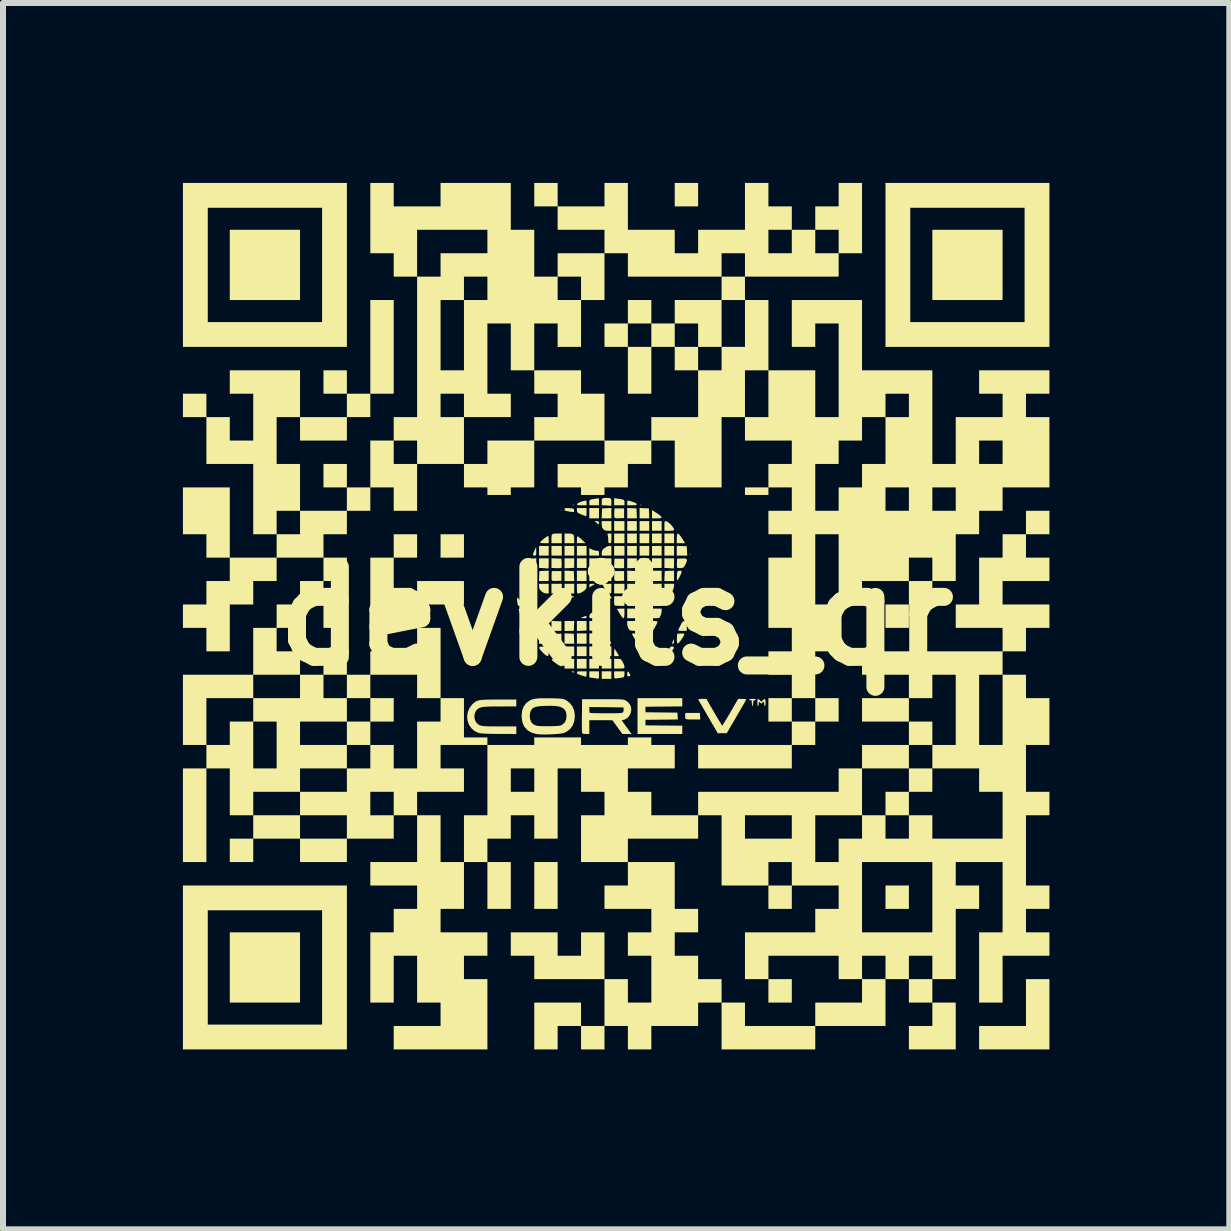
<source format=kicad_pcb>
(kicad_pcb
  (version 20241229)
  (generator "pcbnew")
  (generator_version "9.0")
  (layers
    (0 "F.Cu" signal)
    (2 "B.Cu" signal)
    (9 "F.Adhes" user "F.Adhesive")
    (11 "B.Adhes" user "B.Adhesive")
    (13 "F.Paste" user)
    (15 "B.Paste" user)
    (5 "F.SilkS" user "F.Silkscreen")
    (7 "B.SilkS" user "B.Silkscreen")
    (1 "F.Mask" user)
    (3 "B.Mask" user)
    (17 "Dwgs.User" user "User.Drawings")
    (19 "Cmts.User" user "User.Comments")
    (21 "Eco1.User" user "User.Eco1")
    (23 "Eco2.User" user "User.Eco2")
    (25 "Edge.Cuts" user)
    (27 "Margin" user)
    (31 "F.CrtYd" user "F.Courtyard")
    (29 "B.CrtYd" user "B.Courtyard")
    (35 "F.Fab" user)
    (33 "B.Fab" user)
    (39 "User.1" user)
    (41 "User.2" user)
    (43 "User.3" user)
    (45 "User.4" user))
  (footprint "devkits_qr"
    (layer "F.Cu")
    (at 7.223 7.223)
    (property "Reference" "devkits_qr" (at 0 0 0) (layer "F.SilkS") (effects (font (size 1.5 1.5) (thickness 0.3))))
    (attr board_only exclude_from_pos_files exclude_from_bom)
    (fp_poly (pts (xy -1.332 -0.534) (xy -1.338 -0.528) (xy -1.343 -0.534) (xy -1.338 -0.54)) (stroke (width 0) (type solid)) (fill yes) (layer "F.SilkS"))
    (fp_poly (pts (xy -0.907 -1.763) (xy -0.913 -1.757) (xy -0.919 -1.763) (xy -0.913 -1.768)) (stroke (width 0) (type solid)) (fill yes) (layer "F.SilkS"))
    (fp_poly (pts (xy 1.343 -0.385) (xy 1.338 -0.379) (xy 1.332 -0.385) (xy 1.338 -0.39)) (stroke (width 0) (type solid)) (fill yes) (layer "F.SilkS"))
    (fp_poly (pts (xy -0.704 -1.856) (xy -0.707 -1.85) (xy -0.719 -1.85) (xy -0.731 -1.852) (xy -0.726 -1.857) (xy -0.708 -1.858)) (stroke (width 0) (type solid)) (fill yes) (layer "F.SilkS"))
    (fp_poly (pts (xy 0.422 -1.856) (xy 0.418 -1.85) (xy 0.407 -1.85) (xy 0.394 -1.852) (xy 0.4 -1.857) (xy 0.418 -1.858)) (stroke (width 0) (type solid)) (fill yes) (layer "F.SilkS"))
    (fp_poly (pts (xy 1.236 0.089) (xy 1.238 0.113) (xy 1.236 0.118) (xy 1.232 0.119) (xy 1.23 0.103) (xy 1.232 0.087)) (stroke (width 0) (type solid)) (fill yes) (layer "F.SilkS"))
    (fp_poly (pts (xy 1.236 -1.041) (xy 1.238 -1.027) (xy 1.236 -1.026) (xy 1.229 -1.027) (xy 1.229 -1.033) (xy 1.233 -1.043)) (stroke (width 0) (type solid)) (fill yes) (layer "F.SilkS"))
    (fp_poly (pts (xy -6.832 -3.514) (xy -6.832 -3.319) (xy -7.027 -3.319) (xy -7.223 -3.319) (xy -7.223 -3.514) (xy -7.223 -3.709) (xy -7.027 -3.709) (xy -6.832 -3.709)) (stroke (width 0) (type solid)) (fill yes) (layer "F.SilkS"))
    (fp_poly (pts (xy -5.271 -5.856) (xy -5.271 -5.271) (xy -5.856 -5.271) (xy -6.442 -5.271) (xy -6.442 -5.856) (xy -6.442 -6.442) (xy -5.856 -6.442) (xy -5.271 -6.442)) (stroke (width 0) (type solid)) (fill yes) (layer "F.SilkS"))
    (fp_poly (pts (xy -5.271 5.856) (xy -5.271 6.442) (xy -5.856 6.442) (xy -6.442 6.442) (xy -6.442 5.856) (xy -6.442 5.271) (xy -5.856 5.271) (xy -5.271 5.271)) (stroke (width 0) (type solid)) (fill yes) (layer "F.SilkS"))
    (fp_poly (pts (xy -4.49 0) (xy -4.49 0.195) (xy -4.685 0.195) (xy -4.88 0.195) (xy -4.88 0) (xy -4.88 -0.195) (xy -4.685 -0.195) (xy -4.49 -0.195)) (stroke (width 0) (type solid)) (fill yes) (layer "F.SilkS"))
    (fp_poly (pts (xy -2.538 -1.171) (xy -2.538 -0.976) (xy -2.733 -0.976) (xy -2.928 -0.976) (xy -2.928 -1.171) (xy -2.928 -1.366) (xy -2.733 -1.366) (xy -2.538 -1.366)) (stroke (width 0) (type solid)) (fill yes) (layer "F.SilkS"))
    (fp_poly (pts (xy -1.757 4.49) (xy -1.757 4.88) (xy -1.952 4.88) (xy -2.147 4.88) (xy -2.147 4.49) (xy -2.147 4.099) (xy -1.952 4.099) (xy -1.757 4.099)) (stroke (width 0) (type solid)) (fill yes) (layer "F.SilkS"))
    (fp_poly (pts (xy -1.54 0.096) (xy -1.541 0.111) (xy -1.545 0.126) (xy -1.55 0.119) (xy -1.554 0.11) (xy -1.558 0.09) (xy -1.556 0.083) (xy -1.546 0.081)) (stroke (width 0) (type solid)) (fill yes) (layer "F.SilkS"))
    (fp_poly (pts (xy -1.125 -1.091) (xy -1.125 -1.01) (xy -1.206 -1.01) (xy -1.286 -1.01) (xy -1.286 -1.091) (xy -1.286 -1.171) (xy -1.206 -1.171) (xy -1.125 -1.171)) (stroke (width 0) (type solid)) (fill yes) (layer "F.SilkS"))
    (fp_poly (pts (xy -1.125 -0.672) (xy -1.125 -0.586) (xy -1.206 -0.586) (xy -1.287 -0.586) (xy -1.284 -0.669) (xy -1.28 -0.752) (xy -1.203 -0.756) (xy -1.125 -0.759)) (stroke (width 0) (type solid)) (fill yes) (layer "F.SilkS"))
    (fp_poly (pts (xy -1.125 0.373) (xy -1.125 0.459) (xy -1.206 0.459) (xy -1.287 0.459) (xy -1.284 0.376) (xy -1.28 0.293) (xy -1.203 0.289) (xy -1.125 0.286)) (stroke (width 0) (type solid)) (fill yes) (layer "F.SilkS"))
    (fp_poly (pts (xy -0.976 4.49) (xy -0.976 4.88) (xy -1.171 4.88) (xy -1.366 4.88) (xy -1.366 4.49) (xy -1.366 4.099) (xy -1.171 4.099) (xy -0.976 4.099)) (stroke (width 0) (type solid)) (fill yes) (layer "F.SilkS"))
    (fp_poly (pts (xy -0.907 -1.091) (xy -0.907 -1.01) (xy -0.993 -1.01) (xy -1.079 -1.01) (xy -1.079 -1.091) (xy -1.079 -1.171) (xy -0.993 -1.171) (xy -0.907 -1.171)) (stroke (width 0) (type solid)) (fill yes) (layer "F.SilkS"))
    (fp_poly (pts (xy -0.907 -0.459) (xy -0.907 -0.379) (xy -0.993 -0.379) (xy -1.079 -0.379) (xy -1.079 -0.459) (xy -1.079 -0.54) (xy -0.993 -0.54) (xy -0.907 -0.54)) (stroke (width 0) (type solid)) (fill yes) (layer "F.SilkS"))
    (fp_poly (pts (xy -0.907 0.586) (xy -0.907 0.666) (xy -0.993 0.666) (xy -1.079 0.666) (xy -1.079 0.586) (xy -1.079 0.505) (xy -0.993 0.505) (xy -0.907 0.505)) (stroke (width 0) (type solid)) (fill yes) (layer "F.SilkS"))
    (fp_poly (pts (xy -0.784 -0.756) (xy -0.706 -0.752) (xy -0.703 -0.669) (xy -0.699 -0.586) (xy -0.78 -0.586) (xy -0.861 -0.586) (xy -0.861 -0.672) (xy -0.861 -0.759)) (stroke (width 0) (type solid)) (fill yes) (layer "F.SilkS"))
    (fp_poly (pts (xy -0.784 0.289) (xy -0.706 0.293) (xy -0.703 0.376) (xy -0.699 0.459) (xy -0.78 0.459) (xy -0.861 0.459) (xy -0.861 0.373) (xy -0.861 0.286)) (stroke (width 0) (type solid)) (fill yes) (layer "F.SilkS"))
    (fp_poly (pts (xy -0.706 0.923) (xy -0.7 0.93) (xy -0.708 0.941) (xy -0.729 0.934) (xy -0.735 0.93) (xy -0.744 0.922) (xy -0.733 0.919) (xy -0.726 0.919)) (stroke (width 0) (type solid)) (fill yes) (layer "F.SilkS"))
    (fp_poly (pts (xy -0.703 0.162) (xy -0.706 0.244) (xy -0.784 0.245) (xy -0.861 0.247) (xy -0.861 0.164) (xy -0.861 0.08) (xy -0.78 0.08) (xy -0.699 0.08)) (stroke (width 0) (type solid)) (fill yes) (layer "F.SilkS"))
    (fp_poly (pts (xy -0.7 -1.091) (xy -0.7 -1.01) (xy -0.781 -1.01) (xy -0.861 -1.01) (xy -0.861 -1.091) (xy -0.861 -1.171) (xy -0.781 -1.171) (xy -0.7 -1.171)) (stroke (width 0) (type solid)) (fill yes) (layer "F.SilkS"))
    (fp_poly (pts (xy -0.7 -0.885) (xy -0.7 -0.806) (xy -0.781 -0.802) (xy -0.861 -0.798) (xy -0.861 -0.881) (xy -0.861 -0.965) (xy -0.781 -0.965) (xy -0.7 -0.965)) (stroke (width 0) (type solid)) (fill yes) (layer "F.SilkS"))
    (fp_poly (pts (xy -0.7 -0.459) (xy -0.7 -0.379) (xy -0.781 -0.379) (xy -0.861 -0.379) (xy -0.861 -0.459) (xy -0.861 -0.54) (xy -0.781 -0.54) (xy -0.7 -0.54)) (stroke (width 0) (type solid)) (fill yes) (layer "F.SilkS"))
    (fp_poly (pts (xy -0.7 0.586) (xy -0.7 0.666) (xy -0.781 0.666) (xy -0.861 0.666) (xy -0.861 0.586) (xy -0.861 0.505) (xy -0.781 0.505) (xy -0.7 0.505)) (stroke (width 0) (type solid)) (fill yes) (layer "F.SilkS"))
    (fp_poly (pts (xy -0.7 0.792) (xy -0.7 0.873) (xy -0.781 0.873) (xy -0.861 0.873) (xy -0.861 0.792) (xy -0.861 0.712) (xy -0.781 0.712) (xy -0.7 0.712)) (stroke (width 0) (type solid)) (fill yes) (layer "F.SilkS"))
    (fp_poly (pts (xy -0.494 -1.091) (xy -0.494 -1.01) (xy -0.574 -1.01) (xy -0.655 -1.01) (xy -0.655 -1.091) (xy -0.655 -1.171) (xy -0.574 -1.171) (xy -0.494 -1.171)) (stroke (width 0) (type solid)) (fill yes) (layer "F.SilkS"))
    (fp_poly (pts (xy -0.494 -0.884) (xy -0.494 -0.804) (xy -0.574 -0.804) (xy -0.655 -0.804) (xy -0.655 -0.884) (xy -0.655 -0.965) (xy -0.574 -0.965) (xy -0.494 -0.965)) (stroke (width 0) (type solid)) (fill yes) (layer "F.SilkS"))
    (fp_poly (pts (xy -0.494 -0.672) (xy -0.494 -0.586) (xy -0.574 -0.586) (xy -0.655 -0.586) (xy -0.655 -0.672) (xy -0.655 -0.758) (xy -0.574 -0.758) (xy -0.494 -0.758)) (stroke (width 0) (type solid)) (fill yes) (layer "F.SilkS"))
    (fp_poly (pts (xy -0.494 0.16) (xy -0.494 0.239) (xy -0.574 0.243) (xy -0.655 0.247) (xy -0.655 0.164) (xy -0.655 0.08) (xy -0.574 0.08) (xy -0.494 0.08)) (stroke (width 0) (type solid)) (fill yes) (layer "F.SilkS"))
    (fp_poly (pts (xy -0.494 0.373) (xy -0.494 0.459) (xy -0.574 0.459) (xy -0.655 0.459) (xy -0.655 0.373) (xy -0.655 0.287) (xy -0.574 0.287) (xy -0.494 0.287)) (stroke (width 0) (type solid)) (fill yes) (layer "F.SilkS"))
    (fp_poly (pts (xy -0.494 0.586) (xy -0.494 0.666) (xy -0.574 0.666) (xy -0.655 0.666) (xy -0.655 0.586) (xy -0.655 0.505) (xy -0.574 0.505) (xy -0.494 0.505)) (stroke (width 0) (type solid)) (fill yes) (layer "F.SilkS"))
    (fp_poly (pts (xy -0.494 0.792) (xy -0.494 0.873) (xy -0.574 0.873) (xy -0.655 0.873) (xy -0.655 0.792) (xy -0.655 0.712) (xy -0.574 0.712) (xy -0.494 0.712)) (stroke (width 0) (type solid)) (fill yes) (layer "F.SilkS"))
    (fp_poly (pts (xy -0.287 -1.717) (xy -0.287 -1.631) (xy -0.367 -1.631) (xy -0.448 -1.631) (xy -0.448 -1.717) (xy -0.448 -1.803) (xy -0.367 -1.803) (xy -0.287 -1.803)) (stroke (width 0) (type solid)) (fill yes) (layer "F.SilkS"))
    (fp_poly (pts (xy -0.287 -0.672) (xy -0.287 -0.586) (xy -0.367 -0.586) (xy -0.448 -0.586) (xy -0.448 -0.672) (xy -0.448 -0.758) (xy -0.367 -0.758) (xy -0.287 -0.758)) (stroke (width 0) (type solid)) (fill yes) (layer "F.SilkS"))
    (fp_poly (pts (xy -0.287 0.373) (xy -0.287 0.459) (xy -0.367 0.459) (xy -0.448 0.459) (xy -0.448 0.373) (xy -0.448 0.287) (xy -0.367 0.287) (xy -0.287 0.287)) (stroke (width 0) (type solid)) (fill yes) (layer "F.SilkS"))
    (fp_poly (pts (xy -0.287 0.586) (xy -0.287 0.666) (xy -0.367 0.666) (xy -0.448 0.666) (xy -0.448 0.586) (xy -0.448 0.505) (xy -0.367 0.505) (xy -0.287 0.505)) (stroke (width 0) (type solid)) (fill yes) (layer "F.SilkS"))
    (fp_poly (pts (xy -0.287 0.792) (xy -0.287 0.873) (xy -0.367 0.873) (xy -0.448 0.873) (xy -0.448 0.792) (xy -0.448 0.712) (xy -0.367 0.712) (xy -0.287 0.712)) (stroke (width 0) (type solid)) (fill yes) (layer "F.SilkS"))
    (fp_poly (pts (xy -0.227 0.203) (xy -0.22 0.216) (xy -0.209 0.241) (xy -0.214 0.248) (xy -0.228 0.242) (xy -0.239 0.224) (xy -0.239 0.211) (xy -0.234 0.198)) (stroke (width 0) (type solid)) (fill yes) (layer "F.SilkS"))
    (fp_poly (pts (xy -0.08 -1.717) (xy -0.08 -1.631) (xy -0.161 -1.631) (xy -0.242 -1.631) (xy -0.239 -1.714) (xy -0.235 -1.797) (xy -0.158 -1.8) (xy -0.08 -1.804)) (stroke (width 0) (type solid)) (fill yes) (layer "F.SilkS"))
    (fp_poly (pts (xy -0.08 -0.672) (xy -0.08 -0.586) (xy -0.161 -0.586) (xy -0.242 -0.586) (xy -0.239 -0.669) (xy -0.235 -0.752) (xy -0.158 -0.756) (xy -0.08 -0.759)) (stroke (width 0) (type solid)) (fill yes) (layer "F.SilkS"))
    (fp_poly (pts (xy -0.08 0.586) (xy -0.08 0.666) (xy -0.161 0.666) (xy -0.241 0.666) (xy -0.241 0.586) (xy -0.241 0.505) (xy -0.161 0.505) (xy -0.08 0.505)) (stroke (width 0) (type solid)) (fill yes) (layer "F.SilkS"))
    (fp_poly (pts (xy -0.08 0.792) (xy -0.08 0.873) (xy -0.161 0.873) (xy -0.241 0.873) (xy -0.241 0.792) (xy -0.241 0.712) (xy -0.161 0.712) (xy -0.08 0.712)) (stroke (width 0) (type solid)) (fill yes) (layer "F.SilkS"))
    (fp_poly (pts (xy -0.08 0.982) (xy -0.08 1.045) (xy -0.161 1.045) (xy -0.241 1.045) (xy -0.241 0.982) (xy -0.241 0.919) (xy -0.161 0.919) (xy -0.08 0.919)) (stroke (width 0) (type solid)) (fill yes) (layer "F.SilkS"))
    (fp_poly (pts (xy 0.138 -1.504) (xy 0.138 -1.424) (xy 0.052 -1.424) (xy -0.034 -1.424) (xy -0.034 -1.504) (xy -0.034 -1.585) (xy 0.052 -1.585) (xy 0.138 -1.585)) (stroke (width 0) (type solid)) (fill yes) (layer "F.SilkS"))
    (fp_poly (pts (xy 0.138 -1.298) (xy 0.138 -1.217) (xy 0.052 -1.217) (xy -0.034 -1.217) (xy -0.034 -1.298) (xy -0.034 -1.378) (xy 0.052 -1.378) (xy 0.138 -1.378)) (stroke (width 0) (type solid)) (fill yes) (layer "F.SilkS"))
    (fp_poly (pts (xy 0.138 -1.091) (xy 0.138 -1.01) (xy 0.052 -1.01) (xy -0.034 -1.01) (xy -0.034 -1.091) (xy -0.034 -1.171) (xy 0.052 -1.171) (xy 0.138 -1.171)) (stroke (width 0) (type solid)) (fill yes) (layer "F.SilkS"))
    (fp_poly (pts (xy 0.138 -0.459) (xy 0.138 -0.379) (xy 0.052 -0.379) (xy -0.034 -0.379) (xy -0.034 -0.459) (xy -0.034 -0.54) (xy 0.052 -0.54) (xy 0.138 -0.54)) (stroke (width 0) (type solid)) (fill yes) (layer "F.SilkS"))
    (fp_poly (pts (xy 0.261 -1.8) (xy 0.339 -1.797) (xy 0.342 -1.714) (xy 0.345 -1.631) (xy 0.265 -1.631) (xy 0.184 -1.631) (xy 0.184 -1.717) (xy 0.184 -1.804)) (stroke (width 0) (type solid)) (fill yes) (layer "F.SilkS"))
    (fp_poly (pts (xy 0.261 -0.756) (xy 0.339 -0.752) (xy 0.342 -0.669) (xy 0.345 -0.586) (xy 0.265 -0.586) (xy 0.184 -0.586) (xy 0.184 -0.672) (xy 0.184 -0.759)) (stroke (width 0) (type solid)) (fill yes) (layer "F.SilkS"))
    (fp_poly (pts (xy 0.344 -1.504) (xy 0.344 -1.424) (xy 0.264 -1.424) (xy 0.184 -1.424) (xy 0.184 -1.504) (xy 0.184 -1.585) (xy 0.264 -1.585) (xy 0.344 -1.585)) (stroke (width 0) (type solid)) (fill yes) (layer "F.SilkS"))
    (fp_poly (pts (xy 0.344 -1.298) (xy 0.344 -1.217) (xy 0.264 -1.217) (xy 0.184 -1.217) (xy 0.184 -1.298) (xy 0.184 -1.378) (xy 0.264 -1.378) (xy 0.344 -1.378)) (stroke (width 0) (type solid)) (fill yes) (layer "F.SilkS"))
    (fp_poly (pts (xy 0.344 -1.091) (xy 0.344 -1.01) (xy 0.264 -1.01) (xy 0.184 -1.01) (xy 0.184 -1.091) (xy 0.184 -1.171) (xy 0.264 -1.171) (xy 0.344 -1.171)) (stroke (width 0) (type solid)) (fill yes) (layer "F.SilkS"))
    (fp_poly (pts (xy 0.344 -0.885) (xy 0.344 -0.806) (xy 0.264 -0.802) (xy 0.184 -0.798) (xy 0.184 -0.881) (xy 0.184 -0.965) (xy 0.264 -0.965) (xy 0.344 -0.965)) (stroke (width 0) (type solid)) (fill yes) (layer "F.SilkS"))
    (fp_poly (pts (xy 0.344 -0.459) (xy 0.344 -0.379) (xy 0.264 -0.379) (xy 0.184 -0.379) (xy 0.184 -0.459) (xy 0.184 -0.54) (xy 0.264 -0.54) (xy 0.344 -0.54)) (stroke (width 0) (type solid)) (fill yes) (layer "F.SilkS"))
    (fp_poly (pts (xy 0.344 -0.253) (xy 0.344 -0.172) (xy 0.264 -0.172) (xy 0.184 -0.172) (xy 0.184 -0.253) (xy 0.184 -0.333) (xy 0.264 -0.333) (xy 0.344 -0.333)) (stroke (width 0) (type solid)) (fill yes) (layer "F.SilkS"))
    (fp_poly (pts (xy 0.344 -0.046) (xy 0.344 0.034) (xy 0.264 0.034) (xy 0.184 0.034) (xy 0.184 -0.046) (xy 0.184 -0.126) (xy 0.264 -0.126) (xy 0.344 -0.126)) (stroke (width 0) (type solid)) (fill yes) (layer "F.SilkS"))
    (fp_poly (pts (xy 0.468 -1.8) (xy 0.545 -1.797) (xy 0.549 -1.714) (xy 0.552 -1.631) (xy 0.471 -1.631) (xy 0.39 -1.631) (xy 0.39 -1.717) (xy 0.39 -1.804)) (stroke (width 0) (type solid)) (fill yes) (layer "F.SilkS"))
    (fp_poly (pts (xy 0.551 -1.504) (xy 0.551 -1.424) (xy 0.471 -1.424) (xy 0.39 -1.424) (xy 0.39 -1.504) (xy 0.39 -1.585) (xy 0.471 -1.585) (xy 0.551 -1.585)) (stroke (width 0) (type solid)) (fill yes) (layer "F.SilkS"))
    (fp_poly (pts (xy 0.551 -1.298) (xy 0.551 -1.217) (xy 0.471 -1.217) (xy 0.39 -1.217) (xy 0.39 -1.298) (xy 0.39 -1.378) (xy 0.471 -1.378) (xy 0.551 -1.378)) (stroke (width 0) (type solid)) (fill yes) (layer "F.SilkS"))
    (fp_poly (pts (xy 0.551 -1.091) (xy 0.551 -1.01) (xy 0.471 -1.01) (xy 0.39 -1.01) (xy 0.39 -1.091) (xy 0.39 -1.171) (xy 0.471 -1.171) (xy 0.551 -1.171)) (stroke (width 0) (type solid)) (fill yes) (layer "F.SilkS"))
    (fp_poly (pts (xy 0.551 -0.884) (xy 0.551 -0.804) (xy 0.471 -0.804) (xy 0.39 -0.804) (xy 0.39 -0.884) (xy 0.39 -0.965) (xy 0.471 -0.965) (xy 0.551 -0.965)) (stroke (width 0) (type solid)) (fill yes) (layer "F.SilkS"))
    (fp_poly (pts (xy 0.551 -0.672) (xy 0.551 -0.586) (xy 0.471 -0.586) (xy 0.39 -0.586) (xy 0.39 -0.672) (xy 0.39 -0.758) (xy 0.471 -0.758) (xy 0.551 -0.758)) (stroke (width 0) (type solid)) (fill yes) (layer "F.SilkS"))
    (fp_poly (pts (xy 0.551 -0.459) (xy 0.551 -0.379) (xy 0.471 -0.379) (xy 0.39 -0.379) (xy 0.39 -0.459) (xy 0.39 -0.54) (xy 0.471 -0.54) (xy 0.551 -0.54)) (stroke (width 0) (type solid)) (fill yes) (layer "F.SilkS"))
    (fp_poly (pts (xy 0.551 -0.253) (xy 0.551 -0.172) (xy 0.471 -0.172) (xy 0.39 -0.172) (xy 0.39 -0.253) (xy 0.39 -0.333) (xy 0.471 -0.333) (xy 0.551 -0.333)) (stroke (width 0) (type solid)) (fill yes) (layer "F.SilkS"))
    (fp_poly (pts (xy 0.551 -0.046) (xy 0.551 0.034) (xy 0.471 0.034) (xy 0.39 0.034) (xy 0.39 -0.046) (xy 0.39 -0.126) (xy 0.471 -0.126) (xy 0.551 -0.126)) (stroke (width 0) (type solid)) (fill yes) (layer "F.SilkS"))
    (fp_poly (pts (xy 0.551 0.16) (xy 0.551 0.239) (xy 0.471 0.243) (xy 0.39 0.247) (xy 0.39 0.164) (xy 0.39 0.08) (xy 0.471 0.08) (xy 0.551 0.08)) (stroke (width 0) (type solid)) (fill yes) (layer "F.SilkS"))
    (fp_poly (pts (xy 0.758 -1.504) (xy 0.758 -1.424) (xy 0.677 -1.424) (xy 0.597 -1.424) (xy 0.597 -1.504) (xy 0.597 -1.585) (xy 0.677 -1.585) (xy 0.758 -1.585)) (stroke (width 0) (type solid)) (fill yes) (layer "F.SilkS"))
    (fp_poly (pts (xy 0.758 -1.298) (xy 0.758 -1.217) (xy 0.677 -1.217) (xy 0.597 -1.217) (xy 0.597 -1.298) (xy 0.597 -1.378) (xy 0.677 -1.378) (xy 0.758 -1.378)) (stroke (width 0) (type solid)) (fill yes) (layer "F.SilkS"))
    (fp_poly (pts (xy 0.758 -1.091) (xy 0.758 -1.01) (xy 0.677 -1.01) (xy 0.597 -1.01) (xy 0.597 -1.091) (xy 0.597 -1.171) (xy 0.677 -1.171) (xy 0.758 -1.171)) (stroke (width 0) (type solid)) (fill yes) (layer "F.SilkS"))
    (fp_poly (pts (xy 0.758 -0.884) (xy 0.758 -0.804) (xy 0.677 -0.804) (xy 0.597 -0.804) (xy 0.597 -0.884) (xy 0.597 -0.965) (xy 0.677 -0.965) (xy 0.758 -0.965)) (stroke (width 0) (type solid)) (fill yes) (layer "F.SilkS"))
    (fp_poly (pts (xy 0.758 -0.672) (xy 0.758 -0.586) (xy 0.677 -0.586) (xy 0.597 -0.586) (xy 0.597 -0.672) (xy 0.597 -0.758) (xy 0.677 -0.758) (xy 0.758 -0.758)) (stroke (width 0) (type solid)) (fill yes) (layer "F.SilkS"))
    (fp_poly (pts (xy 0.758 -0.459) (xy 0.758 -0.379) (xy 0.677 -0.379) (xy 0.597 -0.379) (xy 0.597 -0.459) (xy 0.597 -0.54) (xy 0.677 -0.54) (xy 0.758 -0.54)) (stroke (width 0) (type solid)) (fill yes) (layer "F.SilkS"))
    (fp_poly (pts (xy 0.758 -0.253) (xy 0.758 -0.172) (xy 0.677 -0.172) (xy 0.597 -0.172) (xy 0.597 -0.253) (xy 0.597 -0.333) (xy 0.677 -0.333) (xy 0.758 -0.333)) (stroke (width 0) (type solid)) (fill yes) (layer "F.SilkS"))
    (fp_poly (pts (xy 0.964 0.422) (xy 0.96 0.45) (xy 0.947 0.459) (xy 0.932 0.455) (xy 0.931 0.451) (xy 0.936 0.435) (xy 0.947 0.413) (xy 0.964 0.385)) (stroke (width 0) (type solid)) (fill yes) (layer "F.SilkS"))
    (fp_poly (pts (xy 0.965 -1.298) (xy 0.965 -1.217) (xy 0.884 -1.217) (xy 0.804 -1.217) (xy 0.804 -1.298) (xy 0.804 -1.378) (xy 0.884 -1.378) (xy 0.965 -1.378)) (stroke (width 0) (type solid)) (fill yes) (layer "F.SilkS"))
    (fp_poly (pts (xy 0.965 -1.091) (xy 0.965 -1.01) (xy 0.884 -1.01) (xy 0.804 -1.01) (xy 0.804 -1.091) (xy 0.804 -1.171) (xy 0.884 -1.171) (xy 0.965 -1.171)) (stroke (width 0) (type solid)) (fill yes) (layer "F.SilkS"))
    (fp_poly (pts (xy 0.965 -0.672) (xy 0.965 -0.586) (xy 0.884 -0.586) (xy 0.803 -0.586) (xy 0.806 -0.669) (xy 0.81 -0.752) (xy 0.887 -0.756) (xy 0.965 -0.759)) (stroke (width 0) (type solid)) (fill yes) (layer "F.SilkS"))
    (fp_poly (pts (xy 1.094 -1.169) (xy 1.177 -1.166) (xy 1.18 -1.088) (xy 1.184 -1.01) (xy 1.097 -1.01) (xy 1.01 -1.01) (xy 1.01 -1.091) (xy 1.01 -1.172)) (stroke (width 0) (type solid)) (fill yes) (layer "F.SilkS"))
    (fp_poly (pts (xy 1.366 -7.027) (xy 1.366 -6.832) (xy 1.171 -6.832) (xy 0.976 -6.832) (xy 0.976 -7.027) (xy 0.976 -7.223) (xy 1.171 -7.223) (xy 1.366 -7.223)) (stroke (width 0) (type solid)) (fill yes) (layer "F.SilkS"))
    (fp_poly (pts (xy 2.928 4.685) (xy 2.928 4.88) (xy 2.733 4.88) (xy 2.538 4.88) (xy 2.538 4.685) (xy 2.538 4.49) (xy 2.733 4.49) (xy 2.928 4.49)) (stroke (width 0) (type solid)) (fill yes) (layer "F.SilkS"))
    (fp_poly (pts (xy 2.928 6.247) (xy 2.928 6.442) (xy 2.733 6.442) (xy 2.538 6.442) (xy 2.538 6.247) (xy 2.538 6.051) (xy 2.733 6.051) (xy 2.928 6.051)) (stroke (width 0) (type solid)) (fill yes) (layer "F.SilkS"))
    (fp_poly (pts (xy 4.88 4.685) (xy 4.88 4.88) (xy 4.685 4.88) (xy 4.49 4.88) (xy 4.49 4.685) (xy 4.49 4.49) (xy 4.685 4.49) (xy 4.88 4.49)) (stroke (width 0) (type solid)) (fill yes) (layer "F.SilkS"))
    (fp_poly (pts (xy 6.442 -5.856) (xy 6.442 -5.271) (xy 5.856 -5.271) (xy 5.271 -5.271) (xy 5.271 -5.856) (xy 5.271 -6.442) (xy 5.856 -6.442) (xy 6.442 -6.442)) (stroke (width 0) (type solid)) (fill yes) (layer "F.SilkS"))
    (fp_poly (pts (xy -1.26 0.007) (xy -1.239 0.017) (xy -1.2 0.034) (xy -1.243 0.034) (xy -1.274 0.031) (xy -1.286 0.021) (xy -1.286 0.017) (xy -1.285 0.005) (xy -1.279 0.001)) (stroke (width 0) (type solid)) (fill yes) (layer "F.SilkS"))
    (fp_poly (pts (xy -0.298 -1.582) (xy -0.288 -1.571) (xy -0.287 -1.556) (xy -0.287 -1.536) (xy -0.292 -1.53) (xy -0.305 -1.538) (xy -0.327 -1.556) (xy -0.362 -1.585) (xy -0.324 -1.585)) (stroke (width 0) (type solid)) (fill yes) (layer "F.SilkS"))
    (fp_poly (pts (xy -0.084 -0.323) (xy -0.08 -0.31) (xy -0.083 -0.291) (xy -0.086 -0.287) (xy -0.095 -0.296) (xy -0.103 -0.31) (xy -0.11 -0.328) (xy -0.101 -0.333) (xy -0.098 -0.333)) (stroke (width 0) (type solid)) (fill yes) (layer "F.SilkS"))
    (fp_poly (pts (xy -0.021 0.552) (xy -0.005 0.575) (xy 0.017 0.611) (xy 0.048 0.666) (xy 0.007 0.666) (xy -0.034 0.666) (xy -0.034 0.601) (xy -0.034 0.566) (xy -0.03 0.549)) (stroke (width 0) (type solid)) (fill yes) (layer "F.SilkS"))
    (fp_poly (pts (xy -0.754 -1.376) (xy -0.723 -1.366) (xy -0.707 -1.346) (xy -0.701 -1.311) (xy -0.7 -1.286) (xy -0.7 -1.217) (xy -0.781 -1.217) (xy -0.861 -1.217) (xy -0.861 -1.298) (xy -0.861 -1.378) (xy -0.803 -1.378)) (stroke (width 0) (type solid)) (fill yes) (layer "F.SilkS"))
    (fp_poly (pts (xy -0.631 -1.325) (xy -0.606 -1.305) (xy -0.575 -1.278) (xy -0.572 -1.275) (xy -0.511 -1.218) (xy -0.583 -1.218) (xy -0.655 -1.217) (xy -0.655 -1.275) (xy -0.653 -1.307) (xy -0.648 -1.328) (xy -0.644 -1.332)) (stroke (width 0) (type solid)) (fill yes) (layer "F.SilkS"))
    (fp_poly (pts (xy -0.33 0.081) (xy -0.304 0.087) (xy -0.292 0.103) (xy -0.288 0.132) (xy -0.289 0.179) (xy -0.293 0.247) (xy -0.37 0.243) (xy -0.448 0.24) (xy -0.448 0.16) (xy -0.448 0.08) (xy -0.373 0.08)) (stroke (width 0) (type solid)) (fill yes) (layer "F.SilkS"))
    (fp_poly (pts (xy 0.646 -1.738) (xy 0.703 -1.701) (xy 0.739 -1.673) (xy 0.756 -1.653) (xy 0.754 -1.641) (xy 0.733 -1.633) (xy 0.693 -1.631) (xy 0.677 -1.631) (xy 0.597 -1.631) (xy 0.597 -1.7) (xy 0.597 -1.769)) (stroke (width 0) (type solid)) (fill yes) (layer "F.SilkS"))
    (fp_poly (pts (xy 1.046 -1.367) (xy 1.072 -1.336) (xy 1.106 -1.285) (xy 1.118 -1.266) (xy 1.149 -1.217) (xy 1.08 -1.217) (xy 1.01 -1.217) (xy 1.01 -1.298) (xy 1.012 -1.343) (xy 1.018 -1.37) (xy 1.029 -1.378)) (stroke (width 0) (type solid)) (fill yes) (layer "F.SilkS"))
    (fp_poly (pts (xy -1.333 -1.082) (xy -1.333 -1.043) (xy -1.336 -1.022) (xy -1.343 -1.013) (xy -1.357 -1.011) (xy -1.361 -1.01) (xy -1.382 -1.015) (xy -1.389 -1.025) (xy -1.384 -1.043) (xy -1.372 -1.073) (xy -1.361 -1.097) (xy -1.334 -1.154)) (stroke (width 0) (type solid)) (fill yes) (layer "F.SilkS"))
    (fp_poly (pts (xy -1.125 -0.459) (xy -1.125 -0.379) (xy -1.165 -0.379) (xy -1.205 -0.387) (xy -1.245 -0.414) (xy -1.245 -0.415) (xy -1.272 -0.442) (xy -1.284 -0.468) (xy -1.286 -0.495) (xy -1.286 -0.54) (xy -1.206 -0.54) (xy -1.125 -0.54)) (stroke (width 0) (type solid)) (fill yes) (layer "F.SilkS"))
    (fp_poly (pts (xy -0.996 -0.962) (xy -0.913 -0.959) (xy -0.909 -0.885) (xy -0.909 -0.846) (xy -0.911 -0.817) (xy -0.915 -0.805) (xy -0.931 -0.802) (xy -0.962 -0.801) (xy -1.002 -0.801) (xy -1.079 -0.805) (xy -1.079 -0.885) (xy -1.079 -0.966)) (stroke (width 0) (type solid)) (fill yes) (layer "F.SilkS"))
    (fp_poly (pts (xy -0.907 -1.298) (xy -0.907 -1.217) (xy -0.993 -1.217) (xy -1.079 -1.217) (xy -1.079 -1.291) (xy -1.078 -1.332) (xy -1.072 -1.357) (xy -1.057 -1.371) (xy -1.028 -1.377) (xy -0.98 -1.378) (xy -0.975 -1.378) (xy -0.907 -1.378)) (stroke (width 0) (type solid)) (fill yes) (layer "F.SilkS"))
    (fp_poly (pts (xy -0.372 -0.539) (xy -0.357 -0.537) (xy -0.357 -0.536) (xy -0.369 -0.528) (xy -0.393 -0.513) (xy -0.405 -0.506) (xy -0.448 -0.48) (xy -0.448 -0.51) (xy -0.446 -0.529) (xy -0.435 -0.537) (xy -0.409 -0.54) (xy -0.4 -0.54)) (stroke (width 0) (type solid)) (fill yes) (layer "F.SilkS"))
    (fp_poly (pts (xy -0.287 -1.907) (xy -0.287 -1.849) (xy -0.367 -1.849) (xy -0.448 -1.849) (xy -0.448 -1.894) (xy -0.447 -1.919) (xy -0.441 -1.934) (xy -0.425 -1.944) (xy -0.396 -1.951) (xy -0.349 -1.958) (xy -0.347 -1.958) (xy -0.287 -1.966)) (stroke (width 0) (type solid)) (fill yes) (layer "F.SilkS"))
    (fp_poly (pts (xy -0.08 -1.504) (xy -0.08 -1.424) (xy -0.136 -1.424) (xy -0.176 -1.427) (xy -0.203 -1.438) (xy -0.216 -1.45) (xy -0.234 -1.479) (xy -0.241 -1.519) (xy -0.241 -1.531) (xy -0.241 -1.585) (xy -0.161 -1.585) (xy -0.08 -1.585)) (stroke (width 0) (type solid)) (fill yes) (layer "F.SilkS"))
    (fp_poly (pts (xy -0.08 -1.091) (xy -0.08 -1.01) (xy -0.161 -1.01) (xy -0.241 -1.01) (xy -0.241 -1.054) (xy -0.238 -1.084) (xy -0.226 -1.107) (xy -0.2 -1.132) (xy -0.196 -1.135) (xy -0.153 -1.162) (xy -0.116 -1.171) (xy -0.08 -1.171)) (stroke (width 0) (type solid)) (fill yes) (layer "F.SilkS"))
    (fp_poly (pts (xy 0.026 -1.959) (xy 0.077 -1.952) (xy 0.11 -1.945) (xy 0.128 -1.936) (xy 0.136 -1.922) (xy 0.138 -1.902) (xy 0.138 -1.893) (xy 0.138 -1.849) (xy 0.052 -1.849) (xy -0.034 -1.849) (xy -0.034 -1.908) (xy -0.034 -1.967)) (stroke (width 0) (type solid)) (fill yes) (layer "F.SilkS"))
    (fp_poly (pts (xy 0.132 -0.88) (xy 0.132 -0.801) (xy 0.053 -0.8) (xy 0.007 -0.801) (xy -0.022 -0.805) (xy -0.031 -0.811) (xy -0.033 -0.829) (xy -0.033 -0.861) (xy -0.032 -0.891) (xy -0.029 -0.959) (xy 0.052 -0.959) (xy 0.132 -0.959)) (stroke (width 0) (type solid)) (fill yes) (layer "F.SilkS"))
    (fp_poly (pts (xy 0.209 0.932) (xy 0.219 0.95) (xy 0.231 0.975) (xy 0.238 0.989) (xy 0.232 0.996) (xy 0.213 1.002) (xy 0.194 1.003) (xy 0.186 0.995) (xy 0.184 0.97) (xy 0.184 0.963) (xy 0.187 0.931) (xy 0.195 0.92)) (stroke (width 0) (type solid)) (fill yes) (layer "F.SilkS"))
    (fp_poly (pts (xy 5.661 6.832) (xy 5.661 7.223) (xy 5.271 7.223) (xy 4.88 7.223) (xy 4.88 7.027) (xy 4.88 6.832) (xy 5.075 6.832) (xy 5.271 6.832) (xy 5.271 6.637) (xy 5.271 6.442) (xy 5.466 6.442) (xy 5.661 6.442)) (stroke (width 0) (type solid)) (fill yes) (layer "F.SilkS"))
    (fp_poly (pts (xy 7.223 6.637) (xy 7.223 7.223) (xy 6.637 7.223) (xy 6.051 7.223) (xy 6.051 7.027) (xy 6.051 6.832) (xy 6.442 6.832) (xy 6.832 6.832) (xy 6.832 6.442) (xy 6.832 6.051) (xy 7.027 6.051) (xy 7.223 6.051)) (stroke (width 0) (type solid)) (fill yes) (layer "F.SilkS"))
    (fp_poly (pts (xy -1.332 -0.879) (xy -1.332 -0.838) (xy -1.333 -0.808) (xy -1.335 -0.794) (xy -1.335 -0.794) (xy -1.347 -0.797) (xy -1.373 -0.8) (xy -1.376 -0.801) (xy -1.413 -0.805) (xy -1.41 -0.882) (xy -1.407 -0.959) (xy -1.369 -0.962) (xy -1.332 -0.966)) (stroke (width 0) (type solid)) (fill yes) (layer "F.SilkS"))
    (fp_poly (pts (xy -0.913 -0.672) (xy -0.913 -0.591) (xy -0.991 -0.588) (xy -1.035 -0.587) (xy -1.062 -0.591) (xy -1.074 -0.599) (xy -1.074 -0.601) (xy -1.077 -0.62) (xy -1.078 -0.655) (xy -1.077 -0.685) (xy -1.074 -0.752) (xy -0.993 -0.752) (xy -0.913 -0.752)) (stroke (width 0) (type solid)) (fill yes) (layer "F.SilkS"))
    (fp_poly (pts (xy -0.913 0.373) (xy -0.913 0.454) (xy -0.991 0.457) (xy -1.035 0.458) (xy -1.062 0.454) (xy -1.074 0.446) (xy -1.074 0.444) (xy -1.077 0.424) (xy -1.078 0.39) (xy -1.077 0.36) (xy -1.074 0.293) (xy -0.993 0.293) (xy -0.913 0.293)) (stroke (width 0) (type solid)) (fill yes) (layer "F.SilkS"))
    (fp_poly (pts (xy -0.405 -1.113) (xy -0.368 -1.098) (xy -0.33 -1.091) (xy -0.325 -1.091) (xy -0.3 -1.089) (xy -0.289 -1.078) (xy -0.287 -1.052) (xy -0.287 -1.051) (xy -0.287 -1.01) (xy -0.367 -1.01) (xy -0.448 -1.01) (xy -0.448 -1.072) (xy -0.448 -1.134)) (stroke (width 0) (type solid)) (fill yes) (layer "F.SilkS"))
    (fp_poly (pts (xy 0.132 -1.717) (xy 0.132 -1.636) (xy 0.054 -1.633) (xy 0.01 -1.632) (xy -0.017 -1.636) (xy -0.029 -1.644) (xy -0.029 -1.646) (xy -0.032 -1.665) (xy -0.033 -1.7) (xy -0.032 -1.729) (xy -0.029 -1.797) (xy 0.052 -1.797) (xy 0.132 -1.797)) (stroke (width 0) (type solid)) (fill yes) (layer "F.SilkS"))
    (fp_poly (pts (xy 0.132 -0.672) (xy 0.132 -0.591) (xy 0.054 -0.588) (xy 0.01 -0.587) (xy -0.017 -0.591) (xy -0.029 -0.599) (xy -0.029 -0.601) (xy -0.032 -0.62) (xy -0.033 -0.655) (xy -0.032 -0.685) (xy -0.029 -0.752) (xy 0.052 -0.752) (xy 0.132 -0.752)) (stroke (width 0) (type solid)) (fill yes) (layer "F.SilkS"))
    (fp_poly (pts (xy 0.138 -0.253) (xy 0.138 -0.172) (xy 0.059 -0.172) (xy 0.019 -0.173) (xy -0.012 -0.176) (xy -0.027 -0.18) (xy -0.027 -0.18) (xy -0.031 -0.195) (xy -0.034 -0.225) (xy -0.034 -0.26) (xy -0.034 -0.333) (xy 0.052 -0.333) (xy 0.138 -0.333)) (stroke (width 0) (type solid)) (fill yes) (layer "F.SilkS"))
    (fp_poly (pts (xy 0.319 0.291) (xy 0.337 0.299) (xy 0.34 0.303) (xy 0.343 0.323) (xy 0.343 0.357) (xy 0.342 0.375) (xy 0.339 0.431) (xy 0.301 0.366) (xy 0.282 0.332) (xy 0.269 0.306) (xy 0.264 0.294) (xy 0.273 0.288) (xy 0.295 0.287)) (stroke (width 0) (type solid)) (fill yes) (layer "F.SilkS"))
    (fp_poly (pts (xy 0.551 0.333) (xy 0.546 0.375) (xy 0.533 0.416) (xy 0.532 0.419) (xy 0.519 0.442) (xy 0.505 0.454) (xy 0.482 0.459) (xy 0.451 0.459) (xy 0.39 0.459) (xy 0.39 0.373) (xy 0.39 0.287) (xy 0.471 0.287) (xy 0.551 0.287)) (stroke (width 0) (type solid)) (fill yes) (layer "F.SilkS"))
    (fp_poly (pts (xy 0.758 -0.087) (xy 0.753 -0.048) (xy 0.74 -0.009) (xy 0.739 -0.006) (xy 0.726 0.018) (xy 0.712 0.03) (xy 0.688 0.034) (xy 0.658 0.034) (xy 0.597 0.034) (xy 0.597 -0.046) (xy 0.597 -0.126) (xy 0.677 -0.126) (xy 0.758 -0.126)) (stroke (width 0) (type solid)) (fill yes) (layer "F.SilkS"))
    (fp_poly (pts (xy 0.965 -0.505) (xy 0.959 -0.472) (xy 0.946 -0.434) (xy 0.941 -0.424) (xy 0.926 -0.397) (xy 0.911 -0.384) (xy 0.887 -0.379) (xy 0.861 -0.379) (xy 0.804 -0.379) (xy 0.804 -0.459) (xy 0.804 -0.54) (xy 0.884 -0.54) (xy 0.965 -0.54)) (stroke (width 0) (type solid)) (fill yes) (layer "F.SilkS"))
    (fp_poly (pts (xy 1.181 -0.036) (xy 1.183 -0.011) (xy 1.183 -0.006) (xy 1.18 0.022) (xy 1.17 0.033) (xy 1.16 0.034) (xy 1.141 0.032) (xy 1.137 0.028) (xy 1.142 0.013) (xy 1.153 -0.01) (xy 1.166 -0.032) (xy 1.176 -0.045) (xy 1.177 -0.046)) (stroke (width 0) (type solid)) (fill yes) (layer "F.SilkS"))
    (fp_poly (pts (xy 1.34 -0.32) (xy 1.34 -0.285) (xy 1.338 -0.268) (xy 1.332 -0.221) (xy 1.324 -0.193) (xy 1.313 -0.178) (xy 1.295 -0.173) (xy 1.273 -0.172) (xy 1.228 -0.172) (xy 1.269 -0.253) (xy 1.296 -0.301) (xy 1.317 -0.328) (xy 1.332 -0.335)) (stroke (width 0) (type solid)) (fill yes) (layer "F.SilkS"))
    (fp_poly (pts (xy -1.332 0.167) (xy -1.332 0.207) (xy -1.333 0.237) (xy -1.335 0.25) (xy -1.335 0.25) (xy -1.347 0.249) (xy -1.376 0.246) (xy -1.415 0.244) (xy -1.415 0.244) (xy -1.493 0.24) (xy -1.493 0.16) (xy -1.493 0.08) (xy -1.412 0.08) (xy -1.332 0.08)) (stroke (width 0) (type solid)) (fill yes) (layer "F.SilkS"))
    (fp_poly (pts (xy -1.125 -0.878) (xy -1.126 -0.838) (xy -1.127 -0.808) (xy -1.128 -0.795) (xy -1.128 -0.795) (xy -1.14 -0.796) (xy -1.169 -0.798) (xy -1.208 -0.801) (xy -1.209 -0.801) (xy -1.286 -0.805) (xy -1.286 -0.885) (xy -1.286 -0.965) (xy -1.206 -0.965) (xy -1.125 -0.965)) (stroke (width 0) (type solid)) (fill yes) (layer "F.SilkS"))
    (fp_poly (pts (xy -1.125 0.167) (xy -1.126 0.207) (xy -1.127 0.237) (xy -1.128 0.25) (xy -1.128 0.25) (xy -1.14 0.249) (xy -1.169 0.246) (xy -1.208 0.244) (xy -1.209 0.244) (xy -1.286 0.24) (xy -1.286 0.16) (xy -1.286 0.08) (xy -1.206 0.08) (xy -1.125 0.08)) (stroke (width 0) (type solid)) (fill yes) (layer "F.SilkS"))
    (fp_poly (pts (xy -1.125 0.586) (xy -1.127 0.632) (xy -1.134 0.658) (xy -1.148 0.665) (xy -1.171 0.653) (xy -1.206 0.623) (xy -1.225 0.605) (xy -1.263 0.564) (xy -1.282 0.537) (xy -1.283 0.519) (xy -1.265 0.509) (xy -1.228 0.506) (xy -1.206 0.505) (xy -1.125 0.505)) (stroke (width 0) (type solid)) (fill yes) (layer "F.SilkS"))
    (fp_poly (pts (xy -0.996 0.083) (xy -0.913 0.086) (xy -0.913 0.165) (xy -0.913 0.243) (xy -0.991 0.245) (xy -1.031 0.245) (xy -1.061 0.244) (xy -1.075 0.242) (xy -1.075 0.242) (xy -1.077 0.229) (xy -1.079 0.199) (xy -1.079 0.159) (xy -1.079 0.158) (xy -1.079 0.079)) (stroke (width 0) (type solid)) (fill yes) (layer "F.SilkS"))
    (fp_poly (pts (xy -0.496 -1.92) (xy -0.494 -1.898) (xy -0.494 -1.89) (xy -0.494 -1.849) (xy -0.575 -1.849) (xy -0.618 -1.849) (xy -0.642 -1.852) (xy -0.652 -1.859) (xy -0.652 -1.868) (xy -0.638 -1.885) (xy -0.603 -1.902) (xy -0.55 -1.918) (xy -0.531 -1.923) (xy -0.506 -1.927)) (stroke (width 0) (type solid)) (fill yes) (layer "F.SilkS"))
    (fp_poly (pts (xy -0.496 -0.002) (xy -0.494 0.012) (xy -0.494 0.012) (xy -0.497 0.026) (xy -0.511 0.032) (xy -0.54 0.034) (xy -0.548 0.034) (xy -0.576 0.032) (xy -0.588 0.029) (xy -0.586 0.026) (xy -0.563 0.018) (xy -0.533 0.006) (xy -0.531 0.005) (xy -0.506 -0.004)) (stroke (width 0) (type solid)) (fill yes) (layer "F.SilkS"))
    (fp_poly (pts (xy -0.287 -0.878) (xy -0.287 -0.838) (xy -0.288 -0.808) (xy -0.29 -0.795) (xy -0.29 -0.795) (xy -0.302 -0.796) (xy -0.331 -0.798) (xy -0.37 -0.801) (xy -0.37 -0.801) (xy -0.448 -0.805) (xy -0.448 -0.885) (xy -0.448 -0.965) (xy -0.367 -0.965) (xy -0.287 -0.965)) (stroke (width 0) (type solid)) (fill yes) (layer "F.SilkS"))
    (fp_poly (pts (xy -0.287 0.982) (xy -0.288 1.016) (xy -0.292 1.038) (xy -0.296 1.044) (xy -0.314 1.04) (xy -0.322 1.039) (xy -0.343 1.035) (xy -0.377 1.03) (xy -0.393 1.028) (xy -0.448 1.021) (xy -0.448 0.97) (xy -0.448 0.919) (xy -0.367 0.919) (xy -0.287 0.919)) (stroke (width 0) (type solid)) (fill yes) (layer "F.SilkS"))
    (fp_poly (pts (xy -0.08 -0.878) (xy -0.081 -0.838) (xy -0.082 -0.808) (xy -0.083 -0.795) (xy -0.083 -0.795) (xy -0.095 -0.796) (xy -0.124 -0.798) (xy -0.163 -0.801) (xy -0.164 -0.801) (xy -0.241 -0.805) (xy -0.241 -0.885) (xy -0.241 -0.965) (xy -0.161 -0.965) (xy -0.08 -0.965)) (stroke (width 0) (type solid)) (fill yes) (layer "F.SilkS"))
    (fp_poly (pts (xy 0.471 0.551) (xy 0.456 0.579) (xy 0.445 0.595) (xy 0.443 0.597) (xy 0.435 0.588) (xy 0.42 0.566) (xy 0.415 0.556) (xy 0.399 0.53) (xy 0.391 0.513) (xy 0.39 0.51) (xy 0.401 0.507) (xy 0.427 0.505) (xy 0.442 0.505) (xy 0.494 0.505)) (stroke (width 0) (type solid)) (fill yes) (layer "F.SilkS"))
    (fp_poly (pts (xy 0.965 -0.878) (xy 0.964 -0.838) (xy 0.963 -0.808) (xy 0.962 -0.795) (xy 0.962 -0.795) (xy 0.95 -0.796) (xy 0.921 -0.798) (xy 0.882 -0.801) (xy 0.881 -0.801) (xy 0.804 -0.805) (xy 0.804 -0.885) (xy 0.804 -0.965) (xy 0.884 -0.965) (xy 0.965 -0.965)) (stroke (width 0) (type solid)) (fill yes) (layer "F.SilkS"))
    (fp_poly (pts (xy 1.297 -0.125) (xy 1.306 -0.117) (xy 1.304 -0.096) (xy 1.303 -0.089) (xy 1.287 -0.031) (xy 1.27 0.01) (xy 1.253 0.03) (xy 1.248 0.032) (xy 1.238 0.031) (xy 1.232 0.02) (xy 1.229 -0.006) (xy 1.229 -0.045) (xy 1.229 -0.126) (xy 1.27 -0.126)) (stroke (width 0) (type solid)) (fill yes) (layer "F.SilkS"))
    (fp_poly (pts (xy 1.399 1.668) (xy 1.402 1.722) (xy 1.281 1.722) (xy 1.223 1.722) (xy 1.185 1.719) (xy 1.163 1.715) (xy 1.153 1.707) (xy 1.153 1.706) (xy 1.15 1.684) (xy 1.15 1.653) (xy 1.15 1.652) (xy 1.154 1.613) (xy 1.275 1.613) (xy 1.395 1.613)) (stroke (width 0) (type solid)) (fill yes) (layer "F.SilkS"))
    (fp_poly (pts (xy -1.128 -1.33) (xy -1.126 -1.307) (xy -1.125 -1.281) (xy -1.125 -1.217) (xy -1.201 -1.217) (xy -1.241 -1.218) (xy -1.262 -1.221) (xy -1.269 -1.228) (xy -1.267 -1.233) (xy -1.252 -1.25) (xy -1.225 -1.275) (xy -1.193 -1.301) (xy -1.162 -1.323) (xy -1.145 -1.333) (xy -1.134 -1.337)) (stroke (width 0) (type solid)) (fill yes) (layer "F.SilkS"))
    (fp_poly (pts (xy -0.907 0.775) (xy -0.909 0.81) (xy -0.913 0.833) (xy -0.916 0.838) (xy -0.93 0.832) (xy -0.957 0.816) (xy -0.992 0.794) (xy -0.999 0.789) (xy -1.044 0.758) (xy -1.069 0.736) (xy -1.074 0.723) (xy -1.058 0.715) (xy -1.023 0.712) (xy -0.994 0.712) (xy -0.907 0.712)) (stroke (width 0) (type solid)) (fill yes) (layer "F.SilkS"))
    (fp_poly (pts (xy -0.494 -1.734) (xy -0.495 -1.698) (xy -0.498 -1.673) (xy -0.502 -1.666) (xy -0.517 -1.671) (xy -0.546 -1.682) (xy -0.583 -1.697) (xy -0.621 -1.714) (xy -0.643 -1.726) (xy -0.652 -1.74) (xy -0.654 -1.759) (xy -0.655 -1.765) (xy -0.655 -1.803) (xy -0.574 -1.803) (xy -0.494 -1.803)) (stroke (width 0) (type solid)) (fill yes) (layer "F.SilkS"))
    (fp_poly (pts (xy 0.138 -0.046) (xy 0.136 0.002) (xy 0.129 0.028) (xy 0.116 0.033) (xy 0.097 0.016) (xy 0.071 -0.023) (xy 0.062 -0.037) (xy 0.041 -0.074) (xy 0.024 -0.102) (xy 0.015 -0.117) (xy 0.015 -0.118) (xy 0.022 -0.122) (xy 0.047 -0.125) (xy 0.074 -0.126) (xy 0.138 -0.126)) (stroke (width 0) (type solid)) (fill yes) (layer "F.SilkS"))
    (fp_poly (pts (xy 0.207 -1.926) (xy 0.237 -1.918) (xy 0.27 -1.908) (xy 0.315 -1.892) (xy 0.339 -1.875) (xy 0.342 -1.868) (xy 0.341 -1.858) (xy 0.331 -1.852) (xy 0.306 -1.849) (xy 0.265 -1.849) (xy 0.184 -1.849) (xy 0.184 -1.889) (xy 0.186 -1.915) (xy 0.191 -1.929) (xy 0.192 -1.929)) (stroke (width 0) (type solid)) (fill yes) (layer "F.SilkS"))
    (fp_poly (pts (xy -3.709 1.562) (xy -3.709 1.757) (xy -3.904 1.757) (xy -4.099 1.757) (xy -4.099 1.952) (xy -4.099 2.147) (xy -4.295 2.147) (xy -4.49 2.147) (xy -4.49 1.952) (xy -4.49 1.757) (xy -4.295 1.757) (xy -4.099 1.757) (xy -4.099 1.562) (xy -4.099 1.366) (xy -3.904 1.366) (xy -3.709 1.366)) (stroke (width 0) (type solid)) (fill yes) (layer "F.SilkS"))
    (fp_poly (pts (xy -1.332 -0.672) (xy -1.333 -0.626) (xy -1.336 -0.599) (xy -1.343 -0.587) (xy -1.349 -0.586) (xy -1.367 -0.592) (xy -1.371 -0.596) (xy -1.379 -0.615) (xy -1.389 -0.648) (xy -1.397 -0.684) (xy -1.404 -0.718) (xy -1.407 -0.742) (xy -1.406 -0.748) (xy -1.391 -0.755) (xy -1.366 -0.758) (xy -1.332 -0.758)) (stroke (width 0) (type solid)) (fill yes) (layer "F.SilkS"))
    (fp_poly (pts (xy -1.332 0.373) (xy -1.333 0.415) (xy -1.337 0.445) (xy -1.342 0.459) (xy -1.343 0.459) (xy -1.354 0.45) (xy -1.374 0.427) (xy -1.398 0.394) (xy -1.401 0.391) (xy -1.431 0.345) (xy -1.449 0.316) (xy -1.453 0.298) (xy -1.444 0.29) (xy -1.422 0.287) (xy -1.396 0.287) (xy -1.332 0.287)) (stroke (width 0) (type solid)) (fill yes) (layer "F.SilkS"))
    (fp_poly (pts (xy -0.949 -0.333) (xy -0.923 -0.331) (xy -0.911 -0.325) (xy -0.908 -0.316) (xy -0.909 -0.307) (xy -0.915 -0.29) (xy -0.929 -0.281) (xy -0.955 -0.281) (xy -0.997 -0.288) (xy -1.01 -0.291) (xy -1.054 -0.303) (xy -1.075 -0.314) (xy -1.075 -0.323) (xy -1.052 -0.33) (xy -1.008 -0.333) (xy -0.993 -0.333)) (stroke (width 0) (type solid)) (fill yes) (layer "F.SilkS"))
    (fp_poly (pts (xy -0.494 -0.497) (xy -0.497 -0.469) (xy -0.509 -0.448) (xy -0.533 -0.426) (xy -0.546 -0.416) (xy -0.58 -0.395) (xy -0.612 -0.382) (xy -0.626 -0.379) (xy -0.641 -0.38) (xy -0.649 -0.387) (xy -0.653 -0.405) (xy -0.654 -0.438) (xy -0.655 -0.459) (xy -0.655 -0.54) (xy -0.574 -0.54) (xy -0.494 -0.54)) (stroke (width 0) (type solid)) (fill yes) (layer "F.SilkS"))
    (fp_poly (pts (xy -0.389 -0.06) (xy -0.375 -0.044) (xy -0.362 -0.023) (xy -0.345 0.005) (xy -0.334 0.024) (xy -0.333 0.028) (xy -0.343 0.032) (xy -0.37 0.034) (xy -0.39 0.034) (xy -0.424 0.034) (xy -0.441 0.029) (xy -0.447 0.017) (xy -0.448 0.001) (xy -0.438 -0.033) (xy -0.419 -0.05) (xy -0.401 -0.061)) (stroke (width 0) (type solid)) (fill yes) (layer "F.SilkS"))
    (fp_poly (pts (xy 0.056 0.713) (xy 0.077 0.72) (xy 0.093 0.738) (xy 0.108 0.763) (xy 0.126 0.798) (xy 0.136 0.831) (xy 0.138 0.843) (xy 0.137 0.858) (xy 0.131 0.867) (xy 0.114 0.871) (xy 0.083 0.873) (xy 0.052 0.873) (xy -0.034 0.873) (xy -0.034 0.792) (xy -0.034 0.712) (xy 0.022 0.712)) (stroke (width 0) (type solid)) (fill yes) (layer "F.SilkS"))
    (fp_poly (pts (xy 0.138 0.964) (xy 0.135 0.994) (xy 0.129 1.013) (xy 0.127 1.016) (xy 0.11 1.021) (xy 0.079 1.027) (xy 0.043 1.032) (xy 0.007 1.036) (xy -0.019 1.037) (xy -0.029 1.035) (xy -0.032 1.021) (xy -0.034 0.993) (xy -0.034 0.974) (xy -0.034 0.919) (xy 0.052 0.919) (xy 0.138 0.919)) (stroke (width 0) (type solid)) (fill yes) (layer "F.SilkS"))
    (fp_poly (pts (xy 0.672 0.083) (xy 0.688 0.09) (xy 0.689 0.092) (xy 0.684 0.11) (xy 0.671 0.14) (xy 0.653 0.174) (xy 0.635 0.206) (xy 0.619 0.231) (xy 0.609 0.241) (xy 0.608 0.241) (xy 0.603 0.231) (xy 0.599 0.202) (xy 0.597 0.162) (xy 0.597 0.161) (xy 0.597 0.08) (xy 0.643 0.08)) (stroke (width 0) (type solid)) (fill yes) (layer "F.SilkS"))
    (fp_poly (pts (xy 0.879 -0.332) (xy 0.894 -0.329) (xy 0.896 -0.327) (xy 0.891 -0.312) (xy 0.878 -0.285) (xy 0.861 -0.251) (xy 0.842 -0.217) (xy 0.826 -0.189) (xy 0.815 -0.174) (xy 0.813 -0.172) (xy 0.808 -0.183) (xy 0.805 -0.21) (xy 0.804 -0.249) (xy 0.804 -0.253) (xy 0.804 -0.333) (xy 0.85 -0.333)) (stroke (width 0) (type solid)) (fill yes) (layer "F.SilkS"))
    (fp_poly (pts (xy 1.142 0.083) (xy 1.177 0.086) (xy 1.177 0.165) (xy 1.177 0.244) (xy 1.105 0.245) (xy 1.068 0.245) (xy 1.042 0.242) (xy 1.033 0.238) (xy 1.038 0.225) (xy 1.051 0.196) (xy 1.068 0.159) (xy 1.071 0.155) (xy 1.091 0.116) (xy 1.105 0.094) (xy 1.119 0.084) (xy 1.136 0.082)) (stroke (width 0) (type solid)) (fill yes) (layer "F.SilkS"))
    (fp_poly (pts (xy 5.271 2.733) (xy 5.271 2.928) (xy 5.075 2.928) (xy 4.88 2.928) (xy 4.88 3.123) (xy 4.88 3.319) (xy 4.685 3.319) (xy 4.49 3.319) (xy 4.49 3.123) (xy 4.49 2.928) (xy 4.685 2.928) (xy 4.88 2.928) (xy 4.88 2.733) (xy 4.88 2.538) (xy 5.075 2.538) (xy 5.271 2.538)) (stroke (width 0) (type solid)) (fill yes) (layer "F.SilkS"))
    (fp_poly (pts (xy -1.539 -0.046) (xy -1.539 -0.004) (xy -1.542 0.021) (xy -1.549 0.032) (xy -1.56 0.034) (xy -1.561 0.034) (xy -1.576 0.029) (xy -1.588 0.011) (xy -1.6 -0.024) (xy -1.602 -0.032) (xy -1.613 -0.07) (xy -1.622 -0.099) (xy -1.625 -0.112) (xy -1.62 -0.122) (xy -1.593 -0.126) (xy -1.584 -0.126) (xy -1.539 -0.126)) (stroke (width 0) (type solid)) (fill yes) (layer "F.SilkS"))
    (fp_poly (pts (xy -0.741 -0.332) (xy -0.713 -0.33) (xy -0.701 -0.327) (xy -0.7 -0.327) (xy -0.711 -0.318) (xy -0.738 -0.307) (xy -0.775 -0.296) (xy -0.812 -0.288) (xy -0.843 -0.283) (xy -0.857 -0.285) (xy -0.861 -0.297) (xy -0.861 -0.306) (xy -0.86 -0.32) (xy -0.852 -0.328) (xy -0.834 -0.332) (xy -0.799 -0.333) (xy -0.781 -0.333)) (stroke (width 0) (type solid)) (fill yes) (layer "F.SilkS"))
    (fp_poly (pts (xy -0.494 0.965) (xy -0.496 0.993) (xy -0.5 1.008) (xy -0.502 1.009) (xy -0.517 1.006) (xy -0.547 0.997) (xy -0.583 0.986) (xy -0.624 0.972) (xy -0.646 0.959) (xy -0.654 0.946) (xy -0.655 0.941) (xy -0.652 0.929) (xy -0.642 0.923) (xy -0.619 0.919) (xy -0.579 0.919) (xy -0.574 0.919) (xy -0.494 0.919)) (stroke (width 0) (type solid)) (fill yes) (layer "F.SilkS"))
    (fp_poly (pts (xy -0.08 -1.298) (xy -0.081 -1.256) (xy -0.083 -1.231) (xy -0.09 -1.22) (xy -0.101 -1.217) (xy -0.107 -1.217) (xy -0.123 -1.22) (xy -0.131 -1.232) (xy -0.132 -1.26) (xy -0.132 -1.266) (xy -0.134 -1.305) (xy -0.139 -1.341) (xy -0.141 -1.346) (xy -0.145 -1.368) (xy -0.136 -1.377) (xy -0.115 -1.378) (xy -0.08 -1.378)) (stroke (width 0) (type solid)) (fill yes) (layer "F.SilkS"))
    (fp_poly (pts (xy 0.344 0.16) (xy 0.343 0.2) (xy 0.34 0.23) (xy 0.336 0.243) (xy 0.336 0.243) (xy 0.32 0.245) (xy 0.29 0.244) (xy 0.276 0.244) (xy 0.241 0.239) (xy 0.219 0.227) (xy 0.204 0.205) (xy 0.19 0.169) (xy 0.184 0.129) (xy 0.184 0.125) (xy 0.184 0.08) (xy 0.264 0.08) (xy 0.344 0.08)) (stroke (width 0) (type solid)) (fill yes) (layer "F.SilkS"))
    (fp_poly (pts (xy 0.958 0.511) (xy 0.963 0.527) (xy 0.949 0.555) (xy 0.915 0.595) (xy 0.904 0.606) (xy 0.866 0.642) (xy 0.841 0.662) (xy 0.829 0.666) (xy 0.827 0.66) (xy 0.831 0.648) (xy 0.844 0.621) (xy 0.862 0.585) (xy 0.864 0.58) (xy 0.884 0.541) (xy 0.9 0.518) (xy 0.915 0.508) (xy 0.933 0.505)) (stroke (width 0) (type solid)) (fill yes) (layer "F.SilkS"))
    (fp_poly (pts (xy 1.135 0.295) (xy 1.137 0.3) (xy 1.13 0.318) (xy 1.114 0.348) (xy 1.092 0.383) (xy 1.068 0.416) (xy 1.048 0.44) (xy 1.045 0.442) (xy 1.028 0.455) (xy 1.019 0.452) (xy 1.016 0.445) (xy 1.013 0.425) (xy 1.012 0.39) (xy 1.013 0.36) (xy 1.016 0.293) (xy 1.077 0.289) (xy 1.116 0.289)) (stroke (width 0) (type solid)) (fill yes) (layer "F.SilkS"))
    (fp_poly (pts (xy -0.08 -0.459) (xy -0.081 -0.417) (xy -0.083 -0.393) (xy -0.089 -0.382) (xy -0.102 -0.379) (xy -0.112 -0.379) (xy -0.13 -0.382) (xy -0.147 -0.394) (xy -0.166 -0.419) (xy -0.187 -0.453) (xy -0.207 -0.489) (xy -0.223 -0.518) (xy -0.23 -0.532) (xy -0.23 -0.533) (xy -0.219 -0.536) (xy -0.192 -0.539) (xy -0.155 -0.54) (xy -0.08 -0.54)) (stroke (width 0) (type solid)) (fill yes) (layer "F.SilkS"))
    (fp_poly (pts (xy 0.85 -1.577) (xy 0.88 -1.555) (xy 0.909 -1.529) (xy 0.939 -1.495) (xy 0.959 -1.466) (xy 0.965 -1.448) (xy 0.963 -1.436) (xy 0.954 -1.428) (xy 0.933 -1.425) (xy 0.896 -1.424) (xy 0.884 -1.424) (xy 0.804 -1.424) (xy 0.804 -1.504) (xy 0.804 -1.546) (xy 0.807 -1.57) (xy 0.813 -1.582) (xy 0.825 -1.585) (xy 0.828 -1.585)) (stroke (width 0) (type solid)) (fill yes) (layer "F.SilkS"))
    (fp_poly (pts (xy 1.089 -0.751) (xy 1.09 -0.732) (xy 1.078 -0.699) (xy 1.065 -0.672) (xy 1.046 -0.636) (xy 1.03 -0.609) (xy 1.02 -0.597) (xy 1.019 -0.597) (xy 1.015 -0.608) (xy 1.012 -0.635) (xy 1.013 -0.674) (xy 1.013 -0.675) (xy 1.015 -0.716) (xy 1.02 -0.74) (xy 1.027 -0.751) (xy 1.041 -0.756) (xy 1.043 -0.756) (xy 1.074 -0.758)) (stroke (width 0) (type solid)) (fill yes) (layer "F.SilkS"))
    (fp_poly (pts (xy 1.143 -0.962) (xy 1.171 -0.955) (xy 1.181 -0.936) (xy 1.174 -0.905) (xy 1.156 -0.867) (xy 1.139 -0.833) (xy 1.124 -0.814) (xy 1.105 -0.806) (xy 1.075 -0.802) (xy 1.073 -0.802) (xy 1.036 -0.802) (xy 1.016 -0.808) (xy 1.014 -0.811) (xy 1.012 -0.828) (xy 1.012 -0.861) (xy 1.013 -0.891) (xy 1.016 -0.959) (xy 1.094 -0.962)) (stroke (width 0) (type solid)) (fill yes) (layer "F.SilkS"))
    (fp_poly (pts (xy -4.49 -5.856) (xy -4.49 -4.49) (xy -5.856 -4.49) (xy -7.223 -4.49) (xy -7.223 -5.856) (xy -7.223 -6.809) (xy -6.809 -6.809) (xy -6.809 -5.856) (xy -6.809 -4.903) (xy -5.856 -4.903) (xy -4.903 -4.903) (xy -4.903 -5.856) (xy -4.903 -6.809) (xy -5.856 -6.809) (xy -6.809 -6.809) (xy -7.223 -6.809) (xy -7.223 -7.223) (xy -5.856 -7.223) (xy -4.49 -7.223)) (stroke (width 0) (type solid)) (fill yes) (layer "F.SilkS"))
    (fp_poly (pts (xy -4.49 5.856) (xy -4.49 7.223) (xy -5.856 7.223) (xy -7.223 7.223) (xy -7.223 5.856) (xy -7.223 4.903) (xy -6.809 4.903) (xy -6.809 5.856) (xy -6.809 6.809) (xy -5.856 6.809) (xy -4.903 6.809) (xy -4.903 5.856) (xy -4.903 4.903) (xy -5.856 4.903) (xy -6.809 4.903) (xy -7.223 4.903) (xy -7.223 4.49) (xy -5.856 4.49) (xy -4.49 4.49)) (stroke (width 0) (type solid)) (fill yes) (layer "F.SilkS"))
    (fp_poly (pts (xy -1.637 -0.302) (xy -1.616 -0.276) (xy -1.608 -0.266) (xy -1.583 -0.235) (xy -1.562 -0.211) (xy -1.551 -0.201) (xy -1.538 -0.188) (xy -1.547 -0.178) (xy -1.575 -0.173) (xy -1.589 -0.172) (xy -1.62 -0.173) (xy -1.636 -0.18) (xy -1.643 -0.199) (xy -1.646 -0.215) (xy -1.651 -0.254) (xy -1.653 -0.289) (xy -1.653 -0.291) (xy -1.653 -0.308) (xy -1.648 -0.312)) (stroke (width 0) (type solid)) (fill yes) (layer "F.SilkS"))
    (fp_poly (pts (xy -1.476 -0.12) (xy -1.451 -0.104) (xy -1.417 -0.081) (xy -1.407 -0.074) (xy -1.367 -0.043) (xy -1.343 -0.02) (xy -1.333 -0.001) (xy -1.332 0.007) (xy -1.333 0.021) (xy -1.341 0.029) (xy -1.359 0.033) (xy -1.393 0.034) (xy -1.412 0.034) (xy -1.493 0.034) (xy -1.493 -0.046) (xy -1.492 -0.086) (xy -1.49 -0.114) (xy -1.488 -0.126) (xy -1.488 -0.126)) (stroke (width 0) (type solid)) (fill yes) (layer "F.SilkS"))
    (fp_poly (pts (xy 7.223 -5.856) (xy 7.223 -4.49) (xy 5.856 -4.49) (xy 4.49 -4.49) (xy 4.49 -5.856) (xy 4.49 -6.809) (xy 4.903 -6.809) (xy 4.903 -5.856) (xy 4.903 -4.903) (xy 5.856 -4.903) (xy 6.809 -4.903) (xy 6.809 -5.856) (xy 6.809 -6.809) (xy 5.856 -6.809) (xy 4.903 -6.809) (xy 4.49 -6.809) (xy 4.49 -7.223) (xy 5.856 -7.223) (xy 7.223 -7.223)) (stroke (width 0) (type solid)) (fill yes) (layer "F.SilkS"))
    (fp_poly (pts (xy -0.976 5.466) (xy -0.976 5.661) (xy -0.781 5.661) (xy -0.586 5.661) (xy -0.586 5.466) (xy -0.586 5.271) (xy -0.39 5.271) (xy -0.195 5.271) (xy -0.195 5.661) (xy -0.195 6.051) (xy -0.781 6.051) (xy -1.366 6.051) (xy -1.366 5.856) (xy -1.366 5.661) (xy -1.562 5.661) (xy -1.757 5.661) (xy -1.757 5.466) (xy -1.757 5.271) (xy -1.366 5.271) (xy -0.976 5.271)) (stroke (width 0) (type solid)) (fill yes) (layer "F.SilkS"))
    (fp_poly (pts (xy -0.789 -1.801) (xy -0.784 -1.8) (xy -0.743 -1.798) (xy -0.719 -1.794) (xy -0.708 -1.786) (xy -0.703 -1.772) (xy -0.703 -1.765) (xy -0.702 -1.746) (xy -0.708 -1.738) (xy -0.727 -1.737) (xy -0.758 -1.741) (xy -0.807 -1.749) (xy -0.837 -1.755) (xy -0.853 -1.761) (xy -0.86 -1.769) (xy -0.861 -1.78) (xy -0.861 -1.781) (xy -0.859 -1.793) (xy -0.85 -1.8) (xy -0.828 -1.802)) (stroke (width 0) (type solid)) (fill yes) (layer "F.SilkS"))
    (fp_poly (pts (xy -0.189 0.29) (xy -0.174 0.298) (xy -0.158 0.318) (xy -0.136 0.353) (xy -0.128 0.368) (xy -0.106 0.406) (xy -0.089 0.436) (xy -0.081 0.453) (xy -0.08 0.455) (xy -0.091 0.457) (xy -0.119 0.459) (xy -0.158 0.459) (xy -0.161 0.459) (xy -0.242 0.459) (xy -0.239 0.376) (xy -0.237 0.333) (xy -0.233 0.308) (xy -0.226 0.295) (xy -0.214 0.291) (xy -0.205 0.289)) (stroke (width 0) (type solid)) (fill yes) (layer "F.SilkS"))
    (fp_poly (pts (xy -0.121 -1.97) (xy -0.098 -1.965) (xy -0.086 -1.956) (xy -0.081 -1.937) (xy -0.08 -1.902) (xy -0.08 -1.9) (xy -0.081 -1.866) (xy -0.082 -1.844) (xy -0.083 -1.84) (xy -0.095 -1.841) (xy -0.124 -1.843) (xy -0.163 -1.846) (xy -0.164 -1.846) (xy -0.241 -1.85) (xy -0.241 -1.906) (xy -0.24 -1.94) (xy -0.235 -1.958) (xy -0.22 -1.966) (xy -0.201 -1.97) (xy -0.16 -1.973)) (stroke (width 0) (type solid)) (fill yes) (layer "F.SilkS"))
    (fp_poly (pts (xy 2.306 1.38) (xy 2.327 1.385) (xy 2.331 1.389) (xy 2.321 1.399) (xy 2.309 1.401) (xy 2.294 1.405) (xy 2.287 1.421) (xy 2.283 1.454) (xy 2.279 1.483) (xy 2.274 1.498) (xy 2.271 1.498) (xy 2.265 1.481) (xy 2.262 1.452) (xy 2.262 1.445) (xy 2.26 1.416) (xy 2.252 1.403) (xy 2.239 1.401) (xy 2.22 1.396) (xy 2.216 1.389) (xy 2.227 1.383) (xy 2.253 1.379) (xy 2.274 1.378)) (stroke (width 0) (type solid)) (fill yes) (layer "F.SilkS"))
    (fp_poly (pts (xy 1.102 1.435) (xy 1.102 1.504) (xy 0.795 1.507) (xy 0.488 1.51) (xy 0.488 1.556) (xy 0.488 1.602) (xy 0.754 1.605) (xy 1.02 1.608) (xy 1.024 1.665) (xy 1.028 1.722) (xy 0.758 1.725) (xy 0.488 1.728) (xy 0.488 1.774) (xy 0.488 1.82) (xy 0.795 1.823) (xy 1.102 1.826) (xy 1.102 1.895) (xy 1.102 1.964) (xy 0.729 1.964) (xy 0.356 1.964) (xy 0.356 1.665) (xy 0.356 1.366) (xy 0.729 1.366) (xy 1.102 1.366)) (stroke (width 0) (type solid)) (fill yes) (layer "F.SilkS"))
    (fp_poly (pts (xy -3.319 -1.171) (xy -3.319 -0.976) (xy -3.514 -0.976) (xy -3.709 -0.976) (xy -3.709 -0.586) (xy -3.709 -0.195) (xy -3.514 -0.195) (xy -3.319 -0.195) (xy -3.319 -0.39) (xy -3.319 -0.586) (xy -2.928 -0.586) (xy -2.538 -0.586) (xy -2.538 -0.39) (xy -2.538 -0.195) (xy -2.928 -0.195) (xy -3.319 -0.195) (xy -3.319 0) (xy -3.319 0.195) (xy -3.709 0.195) (xy -4.099 0.195) (xy -4.099 -0.39) (xy -4.099 -0.976) (xy -3.904 -0.976) (xy -3.709 -0.976) (xy -3.709 -1.171) (xy -3.709 -1.366) (xy -3.514 -1.366) (xy -3.319 -1.366)) (stroke (width 0) (type solid)) (fill yes) (layer "F.SilkS"))
    (fp_poly (pts (xy 2.375 1.385) (xy 2.396 1.402) (xy 2.396 1.403) (xy 2.422 1.427) (xy 2.444 1.401) (xy 2.463 1.384) (xy 2.478 1.383) (xy 2.487 1.399) (xy 2.491 1.428) (xy 2.491 1.46) (xy 2.487 1.487) (xy 2.48 1.499) (xy 2.472 1.494) (xy 2.469 1.47) (xy 2.469 1.465) (xy 2.465 1.435) (xy 2.455 1.425) (xy 2.441 1.436) (xy 2.436 1.444) (xy 2.426 1.457) (xy 2.415 1.454) (xy 2.401 1.442) (xy 2.384 1.428) (xy 2.378 1.432) (xy 2.377 1.455) (xy 2.377 1.456) (xy 2.374 1.483) (xy 2.365 1.498) (xy 2.365 1.499) (xy 2.359 1.493) (xy 2.355 1.466) (xy 2.354 1.442) (xy 2.355 1.407) (xy 2.359 1.384) (xy 2.362 1.378)) (stroke (width 0) (type solid)) (fill yes) (layer "F.SilkS"))
    (fp_poly (pts (xy 1.633 1.602) (xy 1.67 1.666) (xy 1.704 1.723) (xy 1.732 1.77) (xy 1.754 1.805) (xy 1.766 1.823) (xy 1.768 1.826) (xy 1.775 1.816) (xy 1.792 1.789) (xy 1.817 1.749) (xy 1.849 1.696) (xy 1.885 1.635) (xy 1.904 1.602) (xy 2.034 1.378) (xy 2.103 1.378) (xy 2.139 1.38) (xy 2.163 1.384) (xy 2.168 1.389) (xy 2.162 1.401) (xy 2.145 1.431) (xy 2.12 1.475) (xy 2.088 1.531) (xy 2.05 1.596) (xy 2.008 1.668) (xy 2.004 1.676) (xy 1.843 1.951) (xy 1.768 1.951) (xy 1.694 1.952) (xy 1.533 1.676) (xy 1.491 1.603) (xy 1.453 1.537) (xy 1.42 1.48) (xy 1.394 1.435) (xy 1.376 1.404) (xy 1.369 1.389) (xy 1.368 1.389) (xy 1.377 1.383) (xy 1.403 1.379) (xy 1.434 1.378) (xy 1.503 1.378)) (stroke (width 0) (type solid)) (fill yes) (layer "F.SilkS"))
    (fp_poly (pts (xy 0.586 -5.075) (xy 0.586 -4.88) (xy 0.781 -4.88) (xy 0.976 -4.88) (xy 0.976 -4.685) (xy 0.976 -4.49) (xy 1.171 -4.49) (xy 1.366 -4.49) (xy 1.366 -4.685) (xy 1.366 -4.88) (xy 1.171 -4.88) (xy 0.976 -4.88) (xy 0.976 -5.075) (xy 0.976 -5.271) (xy 1.366 -5.271) (xy 1.757 -5.271) (xy 1.757 -4.88) (xy 1.757 -4.49) (xy 1.562 -4.49) (xy 1.366 -4.49) (xy 1.366 -4.295) (xy 1.366 -4.099) (xy 1.171 -4.099) (xy 0.976 -4.099) (xy 0.976 -4.295) (xy 0.976 -4.49) (xy 0.781 -4.49) (xy 0.586 -4.49) (xy 0.586 -4.099) (xy 0.586 -3.709) (xy 0.39 -3.709) (xy 0.195 -3.709) (xy 0.195 -4.099) (xy 0.195 -4.49) (xy 0 -4.49) (xy -0.195 -4.49) (xy -0.195 -4.685) (xy -0.195 -4.88) (xy 0 -4.88) (xy 0.195 -4.88) (xy 0.195 -4.685) (xy 0.195 -4.49) (xy 0.39 -4.49) (xy 0.586 -4.49) (xy 0.586 -4.685) (xy 0.586 -4.88) (xy 0.39 -4.88) (xy 0.195 -4.88) (xy 0.195 -5.075) (xy 0.195 -5.271) (xy 0.39 -5.271) (xy 0.586 -5.271)) (stroke (width 0) (type solid)) (fill yes) (layer "F.SilkS"))
    (fp_poly (pts (xy -1.665 1.447) (xy -1.665 1.504) (xy -1.943 1.505) (xy -2.044 1.505) (xy -2.124 1.507) (xy -2.186 1.51) (xy -2.234 1.516) (xy -2.27 1.525) (xy -2.297 1.538) (xy -2.318 1.554) (xy -2.335 1.575) (xy -2.343 1.587) (xy -2.36 1.632) (xy -2.364 1.685) (xy -2.353 1.735) (xy -2.33 1.775) (xy -2.33 1.775) (xy -2.312 1.794) (xy -2.295 1.808) (xy -2.275 1.819) (xy -2.249 1.826) (xy -2.215 1.832) (xy -2.169 1.835) (xy -2.108 1.837) (xy -2.03 1.837) (xy -1.953 1.837) (xy -1.665 1.837) (xy -1.665 1.9) (xy -1.665 1.964) (xy -1.955 1.963) (xy -2.062 1.962) (xy -2.147 1.96) (xy -2.212 1.957) (xy -2.259 1.953) (xy -2.289 1.948) (xy -2.292 1.947) (xy -2.361 1.915) (xy -2.415 1.867) (xy -2.455 1.809) (xy -2.478 1.742) (xy -2.485 1.671) (xy -2.474 1.6) (xy -2.446 1.531) (xy -2.398 1.469) (xy -2.374 1.447) (xy -2.352 1.429) (xy -2.327 1.415) (xy -2.298 1.405) (xy -2.261 1.398) (xy -2.213 1.394) (xy -2.151 1.391) (xy -2.072 1.39) (xy -1.974 1.39) (xy -1.966 1.39) (xy -1.665 1.389)) (stroke (width 0) (type solid)) (fill yes) (layer "F.SilkS"))
    (fp_poly (pts (xy -0.125 1.384) (xy -0.047 1.384) (xy 0.013 1.385) (xy 0.059 1.386) (xy 0.093 1.388) (xy 0.117 1.391) (xy 0.135 1.395) (xy 0.149 1.401) (xy 0.161 1.407) (xy 0.195 1.433) (xy 0.225 1.466) (xy 0.228 1.47) (xy 0.249 1.52) (xy 0.251 1.575) (xy 0.237 1.628) (xy 0.209 1.675) (xy 0.167 1.711) (xy 0.138 1.724) (xy 0.092 1.738) (xy 0.118 1.773) (xy 0.138 1.8) (xy 0.165 1.838) (xy 0.195 1.879) (xy 0.2 1.886) (xy 0.255 1.964) (xy 0.179 1.964) (xy 0.103 1.964) (xy 0.02 1.849) (xy -0.063 1.735) (xy -0.255 1.734) (xy -0.448 1.734) (xy -0.448 1.849) (xy -0.448 1.964) (xy -0.506 1.964) (xy -0.545 1.961) (xy -0.566 1.953) (xy -0.569 1.949) (xy -0.57 1.934) (xy -0.571 1.899) (xy -0.572 1.848) (xy -0.572 1.784) (xy -0.572 1.711) (xy -0.571 1.659) (xy -0.57 1.515) (xy -0.448 1.515) (xy -0.448 1.56) (xy -0.446 1.59) (xy -0.441 1.609) (xy -0.44 1.611) (xy -0.427 1.614) (xy -0.394 1.616) (xy -0.345 1.617) (xy -0.283 1.618) (xy -0.211 1.619) (xy -0.166 1.619) (xy -0.078 1.619) (xy -0.01 1.618) (xy 0.04 1.617) (xy 0.075 1.614) (xy 0.097 1.611) (xy 0.11 1.606) (xy 0.114 1.603) (xy 0.123 1.579) (xy 0.124 1.554) (xy 0.121 1.521) (xy -0.164 1.518) (xy -0.448 1.515) (xy -0.57 1.515) (xy -0.568 1.384) (xy -0.224 1.384)) (stroke (width 0) (type solid)) (fill yes) (layer "F.SilkS"))
    (fp_poly (pts (xy 0.976 4.49) (xy 0.976 4.88) (xy 1.171 4.88) (xy 1.366 4.88) (xy 1.366 5.075) (xy 1.366 5.271) (xy 1.171 5.271) (xy 0.976 5.271) (xy 0.976 5.466) (xy 0.976 5.661) (xy 1.171 5.661) (xy 1.366 5.661) (xy 1.366 5.856) (xy 1.366 6.051) (xy 1.562 6.051) (xy 1.757 6.051) (xy 1.757 6.247) (xy 1.757 6.442) (xy 1.562 6.442) (xy 1.366 6.442) (xy 1.366 6.637) (xy 1.366 6.832) (xy 0.976 6.832) (xy 0.586 6.832) (xy 0.586 7.027) (xy 0.586 7.223) (xy 0.39 7.223) (xy 0.195 7.223) (xy 0.195 7.027) (xy 0.195 6.832) (xy 0 6.832) (xy -0.195 6.832) (xy -0.195 7.027) (xy -0.195 7.223) (xy -0.39 7.223) (xy -0.586 7.223) (xy -0.586 7.027) (xy -0.586 6.832) (xy -0.781 6.832) (xy -0.976 6.832) (xy -0.976 7.027) (xy -0.976 7.223) (xy -1.171 7.223) (xy -1.366 7.223) (xy -1.366 6.832) (xy -1.366 6.442) (xy -0.976 6.442) (xy -0.586 6.442) (xy -0.586 6.637) (xy -0.586 6.832) (xy -0.39 6.832) (xy -0.195 6.832) (xy -0.195 6.442) (xy -0.195 6.051) (xy 0 6.051) (xy 0.195 6.051) (xy 0.195 6.247) (xy 0.195 6.442) (xy 0.39 6.442) (xy 0.586 6.442) (xy 0.586 6.051) (xy 0.586 5.661) (xy 0.39 5.661) (xy 0.195 5.661) (xy 0.195 5.466) (xy 0.195 5.271) (xy 0.39 5.271) (xy 0.586 5.271) (xy 0.586 5.075) (xy 0.586 4.88) (xy 0.195 4.88) (xy -0.195 4.88) (xy -0.195 4.685) (xy -0.195 4.49) (xy 0 4.49) (xy 0.195 4.49) (xy 0.195 4.295) (xy 0.195 4.099) (xy 0.586 4.099) (xy 0.976 4.099)) (stroke (width 0) (type solid)) (fill yes) (layer "F.SilkS"))
    (fp_poly (pts (xy -1.105 1.368) (xy -1.028 1.37) (xy -0.97 1.372) (xy -0.928 1.375) (xy -0.897 1.378) (xy -0.874 1.384) (xy -0.855 1.391) (xy -0.843 1.397) (xy -0.777 1.444) (xy -0.729 1.505) (xy -0.699 1.578) (xy -0.689 1.665) (xy -0.689 1.671) (xy -0.699 1.753) (xy -0.727 1.825) (xy -0.772 1.885) (xy -0.831 1.929) (xy -0.868 1.946) (xy -0.903 1.954) (xy -0.955 1.961) (xy -1.019 1.966) (xy -1.09 1.97) (xy -1.162 1.972) (xy -1.23 1.972) (xy -1.289 1.969) (xy -1.333 1.964) (xy -1.333 1.964) (xy -1.416 1.94) (xy -1.482 1.899) (xy -1.531 1.844) (xy -1.562 1.774) (xy -1.576 1.689) (xy -1.577 1.667) (xy -1.441 1.667) (xy -1.434 1.721) (xy -1.415 1.767) (xy -1.401 1.784) (xy -1.38 1.803) (xy -1.354 1.817) (xy -1.322 1.826) (xy -1.278 1.832) (xy -1.22 1.834) (xy -1.144 1.834) (xy -1.12 1.834) (xy -1.048 1.833) (xy -0.996 1.831) (xy -0.959 1.828) (xy -0.932 1.823) (xy -0.913 1.816) (xy -0.899 1.809) (xy -0.857 1.771) (xy -0.834 1.72) (xy -0.829 1.655) (xy -0.829 1.646) (xy -0.838 1.597) (xy -0.858 1.559) (xy -0.889 1.531) (xy -0.935 1.511) (xy -0.998 1.499) (xy -1.078 1.494) (xy -1.177 1.495) (xy -1.255 1.499) (xy -1.314 1.506) (xy -1.357 1.517) (xy -1.388 1.533) (xy -1.41 1.555) (xy -1.417 1.565) (xy -1.436 1.612) (xy -1.441 1.667) (xy -1.577 1.667) (xy -1.577 1.664) (xy -1.569 1.58) (xy -1.545 1.511) (xy -1.504 1.454) (xy -1.483 1.435) (xy -1.452 1.412) (xy -1.418 1.394) (xy -1.378 1.382) (xy -1.329 1.374) (xy -1.267 1.369) (xy -1.189 1.368)) (stroke (width 0) (type solid)) (fill yes) (layer "F.SilkS"))
    (fp_poly (pts (xy 7.223 -1.562) (xy 7.223 -1.366) (xy 7.027 -1.366) (xy 6.832 -1.366) (xy 6.832 -1.171) (xy 6.832 -0.976) (xy 7.027 -0.976) (xy 7.223 -0.976) (xy 7.223 -0.781) (xy 7.223 -0.586) (xy 6.832 -0.586) (xy 6.442 -0.586) (xy 6.442 -0.39) (xy 6.442 -0.195) (xy 6.832 -0.195) (xy 7.223 -0.195) (xy 7.223 0) (xy 7.223 0.195) (xy 7.027 0.195) (xy 6.832 0.195) (xy 6.832 0.39) (xy 6.832 0.586) (xy 6.637 0.586) (xy 6.442 0.586) (xy 6.442 0.781) (xy 6.442 0.976) (xy 6.247 0.976) (xy 6.051 0.976) (xy 6.051 1.562) (xy 6.051 2.147) (xy 6.247 2.147) (xy 6.442 2.147) (xy 6.442 1.562) (xy 6.442 0.976) (xy 6.637 0.976) (xy 6.832 0.976) (xy 6.832 1.171) (xy 6.832 1.366) (xy 7.027 1.366) (xy 7.223 1.366) (xy 7.223 1.757) (xy 7.223 2.147) (xy 7.027 2.147) (xy 6.832 2.147) (xy 6.832 2.538) (xy 6.832 2.928) (xy 7.027 2.928) (xy 7.223 2.928) (xy 7.223 3.123) (xy 7.223 3.319) (xy 7.027 3.319) (xy 6.832 3.319) (xy 6.832 3.904) (xy 6.832 4.49) (xy 7.027 4.49) (xy 7.223 4.49) (xy 7.223 4.685) (xy 7.223 4.88) (xy 7.027 4.88) (xy 6.832 4.88) (xy 6.832 5.075) (xy 6.832 5.271) (xy 7.027 5.271) (xy 7.223 5.271) (xy 7.223 5.466) (xy 7.223 5.661) (xy 6.832 5.661) (xy 6.442 5.661) (xy 6.442 6.051) (xy 6.442 6.442) (xy 6.247 6.442) (xy 6.051 6.442) (xy 6.051 5.856) (xy 6.051 5.271) (xy 6.247 5.271) (xy 6.442 5.271) (xy 6.442 4.685) (xy 6.442 4.099) (xy 6.051 4.099) (xy 5.661 4.099) (xy 5.661 4.295) (xy 5.661 4.49) (xy 5.856 4.49) (xy 6.051 4.49) (xy 6.051 4.685) (xy 6.051 4.88) (xy 5.856 4.88) (xy 5.661 4.88) (xy 5.661 5.466) (xy 5.661 6.051) (xy 5.466 6.051) (xy 5.271 6.051) (xy 5.271 6.247) (xy 5.271 6.442) (xy 5.075 6.442) (xy 4.88 6.442) (xy 4.88 6.247) (xy 4.88 6.051) (xy 4.685 6.051) (xy 4.49 6.051) (xy 4.49 6.442) (xy 4.49 6.832) (xy 3.904 6.832) (xy 3.319 6.832) (xy 3.319 7.027) (xy 3.319 7.223) (xy 2.538 7.223) (xy 1.757 7.223) (xy 1.757 6.832) (xy 1.757 6.442) (xy 1.952 6.442) (xy 2.147 6.442) (xy 2.147 6.637) (xy 2.147 6.832) (xy 2.733 6.832) (xy 3.319 6.832) (xy 3.319 6.637) (xy 3.319 6.442) (xy 3.709 6.442) (xy 4.099 6.442) (xy 4.099 6.247) (xy 4.099 6.051) (xy 4.295 6.051) (xy 4.49 6.051) (xy 4.49 5.856) (xy 4.49 5.661) (xy 4.88 5.661) (xy 4.88 5.856) (xy 4.88 6.051) (xy 5.075 6.051) (xy 5.271 6.051) (xy 5.271 5.856) (xy 5.271 5.661) (xy 5.075 5.661) (xy 4.88 5.661) (xy 4.49 5.661) (xy 4.295 5.661) (xy 4.099 5.661) (xy 4.099 5.856) (xy 4.099 6.051) (xy 3.904 6.051) (xy 3.709 6.051) (xy 3.709 5.856) (xy 3.709 5.661) (xy 3.123 5.661) (xy 2.538 5.661) (xy 2.538 5.856) (xy 2.538 6.051) (xy 2.342 6.051) (xy 2.147 6.051) (xy 2.147 5.661) (xy 2.147 5.271) (xy 2.733 5.271) (xy 3.319 5.271) (xy 3.319 5.075) (xy 3.319 4.88) (xy 3.514 4.88) (xy 3.709 4.88) (xy 3.709 4.685) (xy 3.709 4.49) (xy 3.319 4.49) (xy 2.928 4.49) (xy 2.928 4.295) (xy 2.928 4.099) (xy 2.733 4.099) (xy 2.538 4.099) (xy 2.538 4.295) (xy 2.538 4.49) (xy 2.147 4.49) (xy 1.757 4.49) (xy 1.757 3.904) (xy 1.757 3.319) (xy 2.147 3.319) (xy 2.147 3.514) (xy 2.147 3.709) (xy 2.538 3.709) (xy 2.928 3.709) (xy 2.928 3.514) (xy 2.928 3.319) (xy 2.538 3.319) (xy 2.147 3.319) (xy 1.757 3.319) (xy 1.562 3.319) (xy 1.366 3.319) (xy 1.366 3.514) (xy 1.366 3.709) (xy 0.781 3.709) (xy 0.195 3.709) (xy 0.195 3.904) (xy 0.195 4.099) (xy -0.195 4.099) (xy -0.586 4.099) (xy -0.586 3.709) (xy -0.586 3.319) (xy -0.39 3.319) (xy -0.195 3.319) (xy -0.195 3.123) (xy -0.195 2.928) (xy -0.39 2.928) (xy -0.586 2.928) (xy -0.586 2.733) (xy -0.586 2.538) (xy -0.781 2.538) (xy -0.976 2.538) (xy -0.976 3.123) (xy -0.976 3.709) (xy -1.171 3.709) (xy -1.366 3.709) (xy -1.366 3.514) (xy -1.366 3.319) (xy -1.562 3.319) (xy -1.757 3.319) (xy -1.757 3.514) (xy -1.757 3.709) (xy -1.952 3.709) (xy -2.147 3.709) (xy -2.147 3.904) (xy -2.147 4.099) (xy -2.342 4.099) (xy -2.538 4.099) (xy -2.538 4.49) (xy -2.538 4.88) (xy -2.733 4.88) (xy -2.928 4.88) (xy -2.928 5.075) (xy -2.928 5.271) (xy -2.538 5.271) (xy -2.147 5.271) (xy -2.147 5.466) (xy -2.147 5.661) (xy -2.342 5.661) (xy -2.538 5.661) (xy -2.538 5.856) (xy -2.538 6.051) (xy -2.342 6.051) (xy -2.147 6.051) (xy -2.147 6.637) (xy -2.147 7.223) (xy -2.928 7.223) (xy -3.709 7.223) (xy -3.709 7.027) (xy -3.709 6.832) (xy -3.319 6.832) (xy -2.928 6.832) (xy -2.928 6.637) (xy -2.928 6.442) (xy -3.123 6.442) (xy -3.319 6.442) (xy -3.319 6.051) (xy -3.319 5.661) (xy -3.514 5.661) (xy -3.709 5.661) (xy -3.709 6.051) (xy -3.709 6.442) (xy -3.904 6.442) (xy -4.099 6.442) (xy -4.099 5.856) (xy -4.099 5.271) (xy -3.904 5.271) (xy -3.709 5.271) (xy -3.709 5.075) (xy -3.709 4.88) (xy -3.514 4.88) (xy -3.319 4.88) (xy -3.319 4.685) (xy -3.319 4.49) (xy -3.709 4.49) (xy -4.099 4.49) (xy -4.099 4.295) (xy -4.099 4.099) (xy -3.709 4.099) (xy -3.319 4.099) (xy -3.319 3.709) (xy -3.319 3.319) (xy -3.123 3.319) (xy -2.928 3.319) (xy -2.928 3.709) (xy -2.928 4.099) (xy -2.733 4.099) (xy -2.538 4.099) (xy -2.538 3.709) (xy -2.538 3.319) (xy -2.342 3.319) (xy -2.147 3.319) (xy -2.147 2.733) (xy -2.147 2.538) (xy -1.757 2.538) (xy -1.757 2.733) (xy -1.757 2.928) (xy -1.562 2.928) (xy -1.366 2.928) (xy -1.366 2.733) (xy -1.366 2.538) (xy -1.562 2.538) (xy -1.757 2.538) (xy -2.147 2.538) (xy -2.147 2.147) (xy -2.538 2.147) (xy -2.928 2.147) (xy -2.928 2.342) (xy -2.928 2.538) (xy -2.733 2.538) (xy -2.538 2.538) (xy -2.538 2.733) (xy -2.538 2.928) (xy -2.928 2.928) (xy -3.319 2.928) (xy -3.319 3.123) (xy -3.319 3.319) (xy -3.514 3.319) (xy -3.709 3.319) (xy -3.709 3.514) (xy -3.709 3.709) (xy -4.099 3.709) (xy -4.49 3.709) (xy -4.49 3.904) (xy -4.49 4.099) (xy -4.88 4.099) (xy -5.271 4.099) (xy -5.271 3.904) (xy -5.271 3.709) (xy -5.661 3.709) (xy -6.051 3.709) (xy -6.051 3.904) (xy -6.051 4.099) (xy -6.247 4.099) (xy -6.442 4.099) (xy -6.442 3.904) (xy -6.442 3.709) (xy -6.247 3.709) (xy -6.051 3.709) (xy -6.051 3.514) (xy -6.051 3.319) (xy -6.247 3.319) (xy -6.442 3.319) (xy -6.442 2.928) (xy -6.442 2.538) (xy -6.637 2.538) (xy -6.832 2.538) (xy -6.832 3.319) (xy -6.832 4.099) (xy -7.027 4.099) (xy -7.223 4.099) (xy -7.223 3.319) (xy -7.223 2.538) (xy -7.027 2.538) (xy -6.832 2.538) (xy -6.832 2.342) (xy -6.832 2.147) (xy -6.637 2.147) (xy -6.442 2.147) (xy -6.442 1.952) (xy -6.442 1.757) (xy -6.247 1.757) (xy -6.051 1.757) (xy -6.051 2.147) (xy -6.051 2.538) (xy -5.856 2.538) (xy -5.661 2.538) (xy -5.661 2.147) (xy -5.661 1.757) (xy -5.856 1.757) (xy -6.051 1.757) (xy -6.051 1.562) (xy -6.051 1.366) (xy -5.661 1.366) (xy -5.271 1.366) (xy -5.271 1.171) (xy -5.271 0.976) (xy -5.661 0.976) (xy -6.051 0.976) (xy -6.051 1.171) (xy -6.051 1.366) (xy -6.442 1.366) (xy -6.832 1.366) (xy -6.832 1.757) (xy -6.832 2.147) (xy -7.027 2.147) (xy -7.223 2.147) (xy -7.223 1.562) (xy -7.223 0.976) (xy -6.637 0.976) (xy -6.051 0.976) (xy -6.051 0.586) (xy -6.051 0.195) (xy -5.856 0.195) (xy -5.661 0.195) (xy -5.661 0) (xy -5.661 -0.195) (xy -5.466 -0.195) (xy -5.271 -0.195) (xy -5.271 -0.39) (xy -5.271 -0.586) (xy -5.075 -0.586) (xy -4.88 -0.586) (xy -4.88 -0.781) (xy -4.88 -0.976) (xy -4.685 -0.976) (xy -4.49 -0.976) (xy -4.49 -0.781) (xy -4.49 -0.586) (xy -4.685 -0.586) (xy -4.88 -0.586) (xy -4.88 -0.39) (xy -4.88 -0.195) (xy -5.075 -0.195) (xy -5.271 -0.195) (xy -5.271 0) (xy -5.271 0.195) (xy -5.466 0.195) (xy -5.661 0.195) (xy -5.661 0.39) (xy -5.661 0.586) (xy -5.466 0.586) (xy -5.271 0.586) (xy -5.271 0.781) (xy -5.271 0.976) (xy -5.075 0.976) (xy -4.88 0.976) (xy -4.88 0.781) (xy -4.88 0.586) (xy -4.685 0.586) (xy -4.49 0.586) (xy -4.49 0.781) (xy -4.49 0.976) (xy -4.295 0.976) (xy -4.099 0.976) (xy -4.099 0.781) (xy -4.099 0.586) (xy -3.709 0.586) (xy -3.319 0.586) (xy -3.319 0.39) (xy -3.319 0.195) (xy -3.123 0.195) (xy -2.928 0.195) (xy -2.928 0.781) (xy -2.928 1.366) (xy -3.123 1.366) (xy -3.319 1.366) (xy -3.319 1.171) (xy -3.319 0.976) (xy -3.709 0.976) (xy -4.099 0.976) (xy -4.099 1.171) (xy -4.099 1.366) (xy -4.295 1.366) (xy -4.49 1.366) (xy -4.49 1.171) (xy -4.49 0.976) (xy -4.685 0.976) (xy -4.88 0.976) (xy -4.88 1.171) (xy -4.88 1.366) (xy -4.685 1.366) (xy -4.49 1.366) (xy -4.49 1.562) (xy -4.49 1.757) (xy -4.88 1.757) (xy -5.271 1.757) (xy -5.271 1.952) (xy -5.271 2.147) (xy -4.88 2.147) (xy -4.49 2.147) (xy -4.49 2.342) (xy -4.49 2.538) (xy -4.88 2.538) (xy -5.271 2.538) (xy -5.271 2.733) (xy -5.271 2.928) (xy -5.661 2.928) (xy -6.051 2.928) (xy -6.051 3.123) (xy -6.051 3.319) (xy -5.661 3.319) (xy -5.271 3.319) (xy -5.271 3.514) (xy -5.271 3.709) (xy -4.88 3.709) (xy -4.49 3.709) (xy -4.49 3.514) (xy -4.49 3.319) (xy -4.88 3.319) (xy -5.271 3.319) (xy -5.271 3.123) (xy -5.271 2.928) (xy -4.88 2.928) (xy -4.49 2.928) (xy -4.099 2.928) (xy -4.099 3.123) (xy -4.099 3.319) (xy -3.904 3.319) (xy -3.709 3.319) (xy -3.709 3.123) (xy -3.709 2.928) (xy -3.904 2.928) (xy -4.099 2.928) (xy -4.49 2.928) (xy -4.49 2.733) (xy -4.49 2.538) (xy -4.295 2.538) (xy -4.099 2.538) (xy -4.099 2.342) (xy -4.099 2.147) (xy -3.904 2.147) (xy -3.709 2.147) (xy -3.709 2.342) (xy -3.709 2.538) (xy -3.514 2.538) (xy -3.319 2.538) (xy -3.319 2.147) (xy -3.319 1.757) (xy -3.123 1.757) (xy -2.928 1.757) (xy -2.928 1.562) (xy -2.928 1.366) (xy -2.733 1.366) (xy -2.538 1.366) (xy -2.538 1.694) (xy -2.538 2.021) (xy -2.342 2.021) (xy -2.147 2.021) (xy -2.147 2.084) (xy -2.147 2.147) (xy -1.757 2.147) (xy -1.366 2.147) (xy -1.366 2.084) (xy -1.366 2.021) (xy -0.976 2.021) (xy -0.586 2.021) (xy -0.586 2.084) (xy -0.586 2.147) (xy -0.195 2.147) (xy 0.195 2.147) (xy 0.195 2.084) (xy 0.195 2.021) (xy 0.39 2.021) (xy 0.586 2.021) (xy 0.586 2.084) (xy 0.586 2.147) (xy 0.781 2.147) (xy 0.976 2.147) (xy 0.976 2.342) (xy 0.976 2.538) (xy 0.586 2.538) (xy 0.195 2.538) (xy 0.195 2.733) (xy 0.195 2.928) (xy 0.39 2.928) (xy 0.586 2.928) (xy 0.586 3.123) (xy 0.586 3.319) (xy 0.976 3.319) (xy 1.366 3.319) (xy 1.366 3.123) (xy 1.366 2.928) (xy 2.538 2.928) (xy 3.709 2.928) (xy 3.709 2.733) (xy 3.709 2.538) (xy 3.904 2.538) (xy 4.099 2.538) (xy 4.099 2.342) (xy 4.099 2.147) (xy 4.49 2.147) (xy 4.88 2.147) (xy 4.88 1.952) (xy 4.88 1.757) (xy 5.075 1.757) (xy 5.271 1.757) (xy 5.271 1.952) (xy 5.271 2.147) (xy 5.075 2.147) (xy 4.88 2.147) (xy 4.88 2.342) (xy 4.88 2.538) (xy 4.49 2.538) (xy 4.099 2.538) (xy 4.099 2.928) (xy 4.099 3.319) (xy 3.709 3.319) (xy 3.319 3.319) (xy 3.319 3.709) (xy 3.319 4.099) (xy 3.514 4.099) (xy 3.709 4.099) (xy 4.099 4.099) (xy 4.099 4.685) (xy 4.099 5.271) (xy 4.685 5.271) (xy 5.271 5.271) (xy 5.271 4.685) (xy 5.271 4.099) (xy 4.685 4.099) (xy 4.099 4.099) (xy 3.709 4.099) (xy 3.709 3.904) (xy 3.709 3.709) (xy 3.904 3.709) (xy 4.099 3.709) (xy 4.099 3.514) (xy 4.099 3.319) (xy 4.295 3.319) (xy 4.49 3.319) (xy 4.49 3.514) (xy 4.49 3.709) (xy 4.685 3.709) (xy 4.88 3.709) (xy 4.88 3.514) (xy 4.88 3.319) (xy 5.075 3.319) (xy 5.271 3.319) (xy 5.271 3.514) (xy 5.271 3.709) (xy 5.856 3.709) (xy 6.442 3.709) (xy 6.442 3.319) (xy 6.442 2.928) (xy 6.247 2.928) (xy 6.051 2.928) (xy 6.051 2.733) (xy 6.051 2.538) (xy 5.661 2.538) (xy 5.271 2.538) (xy 5.271 2.342) (xy 5.271 2.147) (xy 5.466 2.147) (xy 5.661 2.147) (xy 5.661 1.562) (xy 5.661 0.976) (xy 5.466 0.976) (xy 5.271 0.976) (xy 5.271 1.171) (xy 5.271 1.366) (xy 5.075 1.366) (xy 4.88 1.366) (xy 4.88 1.562) (xy 4.88 1.757) (xy 4.49 1.757) (xy 4.099 1.757) (xy 4.099 1.562) (xy 4.099 1.366) (xy 4.49 1.366) (xy 4.88 1.366) (xy 4.88 1.171) (xy 4.88 0.976) (xy 4.49 0.976) (xy 4.099 0.976) (xy 4.099 0.781) (xy 4.099 0.586) (xy 5.271 0.586) (xy 6.442 0.586) (xy 6.442 0.39) (xy 6.442 0.195) (xy 6.051 0.195) (xy 5.661 0.195) (xy 5.661 0) (xy 5.661 -0.195) (xy 5.856 -0.195) (xy 6.051 -0.195) (xy 6.051 -0.586) (xy 6.051 -0.976) (xy 6.247 -0.976) (xy 6.442 -0.976) (xy 6.442 -1.171) (xy 6.442 -1.366) (xy 6.637 -1.366) (xy 6.832 -1.366) (xy 6.832 -1.562) (xy 6.832 -1.757) (xy 7.027 -1.757) (xy 7.223 -1.757)) (stroke (width 0) (type solid)) (fill yes) (layer "F.SilkS"))
    (fp_poly (pts (xy -3.709 -7.027) (xy -3.709 -6.832) (xy -3.319 -6.832) (xy -2.928 -6.832) (xy -2.928 -7.027) (xy -2.928 -7.223) (xy -2.342 -7.223) (xy -1.757 -7.223) (xy -1.757 -6.832) (xy -1.757 -6.442) (xy -1.562 -6.442) (xy -1.366 -6.442) (xy -1.366 -6.051) (xy -1.366 -5.661) (xy -1.171 -5.661) (xy -0.976 -5.661) (xy -0.976 -5.856) (xy -0.976 -6.051) (xy -0.586 -6.051) (xy -0.195 -6.051) (xy -0.195 -6.247) (xy -0.195 -6.442) (xy -0.586 -6.442) (xy -0.976 -6.442) (xy -0.976 -6.637) (xy -0.976 -6.832) (xy -1.171 -6.832) (xy -1.366 -6.832) (xy -1.366 -7.027) (xy -1.366 -7.223) (xy -1.171 -7.223) (xy -0.976 -7.223) (xy -0.976 -7.027) (xy -0.976 -6.832) (xy -0.586 -6.832) (xy -0.195 -6.832) (xy -0.195 -7.027) (xy -0.195 -7.223) (xy 0 -7.223) (xy 0.195 -7.223) (xy 0.195 -6.832) (xy 0.195 -6.442) (xy 0.586 -6.442) (xy 0.976 -6.442) (xy 0.976 -6.247) (xy 0.976 -6.051) (xy 1.171 -6.051) (xy 1.366 -6.051) (xy 1.366 -6.247) (xy 1.366 -6.442) (xy 1.757 -6.442) (xy 2.147 -6.442) (xy 2.538 -6.442) (xy 2.538 -6.247) (xy 2.538 -6.051) (xy 2.733 -6.051) (xy 2.928 -6.051) (xy 2.928 -6.247) (xy 2.928 -6.442) (xy 2.733 -6.442) (xy 2.538 -6.442) (xy 2.147 -6.442) (xy 2.147 -6.832) (xy 2.147 -7.223) (xy 2.342 -7.223) (xy 2.538 -7.223) (xy 2.538 -7.027) (xy 2.538 -6.832) (xy 2.733 -6.832) (xy 2.928 -6.832) (xy 2.928 -6.637) (xy 2.928 -6.442) (xy 3.123 -6.442) (xy 3.319 -6.442) (xy 3.319 -6.247) (xy 3.319 -6.051) (xy 3.514 -6.051) (xy 3.709 -6.051) (xy 3.709 -6.247) (xy 3.709 -6.442) (xy 3.514 -6.442) (xy 3.319 -6.442) (xy 3.319 -6.637) (xy 3.319 -6.832) (xy 3.514 -6.832) (xy 3.709 -6.832) (xy 3.709 -7.027) (xy 3.709 -7.223) (xy 3.904 -7.223) (xy 4.099 -7.223) (xy 4.099 -6.637) (xy 4.099 -6.051) (xy 3.904 -6.051) (xy 3.709 -6.051) (xy 3.709 -5.856) (xy 3.709 -5.661) (xy 2.928 -5.661) (xy 2.147 -5.661) (xy 2.147 -5.466) (xy 2.147 -5.271) (xy 1.952 -5.271) (xy 1.757 -5.271) (xy 1.757 -5.466) (xy 1.757 -5.661) (xy 1.952 -5.661) (xy 2.147 -5.661) (xy 2.147 -5.856) (xy 2.147 -6.051) (xy 1.952 -6.051) (xy 1.757 -6.051) (xy 1.757 -5.856) (xy 1.757 -5.661) (xy 0.976 -5.661) (xy 0.195 -5.661) (xy 0.195 -5.856) (xy 0.195 -6.051) (xy 0 -6.051) (xy -0.195 -6.051) (xy -0.195 -5.661) (xy -0.195 -5.271) (xy -0.39 -5.271) (xy -0.586 -5.271) (xy -0.586 -5.466) (xy -0.586 -5.661) (xy -0.781 -5.661) (xy -0.976 -5.661) (xy -0.976 -5.466) (xy -0.976 -5.271) (xy -0.781 -5.271) (xy -0.586 -5.271) (xy -0.586 -4.88) (xy -0.586 -4.49) (xy -0.781 -4.49) (xy -0.976 -4.49) (xy -0.976 -4.685) (xy -0.976 -4.88) (xy -1.171 -4.88) (xy -1.366 -4.88) (xy -1.366 -4.49) (xy -1.366 -4.099) (xy -1.562 -4.099) (xy -1.757 -4.099) (xy -1.757 -4.49) (xy -1.757 -4.88) (xy -1.952 -4.88) (xy -2.147 -4.88) (xy -2.147 -4.295) (xy -2.147 -3.709) (xy -1.952 -3.709) (xy -1.757 -3.709) (xy -1.757 -3.514) (xy -1.757 -3.319) (xy -2.147 -3.319) (xy -2.538 -3.319) (xy -2.538 -3.514) (xy -2.538 -3.709) (xy -2.733 -3.709) (xy -2.928 -3.709) (xy -2.928 -3.514) (xy -2.928 -3.319) (xy -2.733 -3.319) (xy -2.538 -3.319) (xy -2.538 -2.928) (xy -2.538 -2.538) (xy -2.342 -2.538) (xy -2.147 -2.538) (xy -2.147 -2.733) (xy -2.147 -2.928) (xy -1.757 -2.928) (xy -1.366 -2.928) (xy -1.366 -3.123) (xy -1.366 -3.319) (xy -1.171 -3.319) (xy -0.976 -3.319) (xy -0.976 -3.514) (xy -0.976 -3.709) (xy -1.171 -3.709) (xy -1.366 -3.709) (xy -1.366 -3.904) (xy -1.366 -4.099) (xy -0.976 -4.099) (xy -0.586 -4.099) (xy -0.586 -3.904) (xy -0.586 -3.709) (xy -0.39 -3.709) (xy -0.195 -3.709) (xy -0.195 -3.319) (xy -0.195 -2.928) (xy 0.195 -2.928) (xy 0.586 -2.928) (xy 0.586 -3.123) (xy 0.586 -3.319) (xy 0.976 -3.319) (xy 1.366 -3.319) (xy 1.366 -3.709) (xy 1.366 -4.099) (xy 1.562 -4.099) (xy 1.757 -4.099) (xy 1.757 -4.295) (xy 1.757 -4.49) (xy 1.952 -4.49) (xy 2.147 -4.49) (xy 2.147 -4.88) (xy 2.147 -5.271) (xy 2.342 -5.271) (xy 2.538 -5.271) (xy 2.538 -4.685) (xy 2.538 -4.099) (xy 2.342 -4.099) (xy 2.147 -4.099) (xy 2.147 -3.709) (xy 2.147 -3.319) (xy 2.342 -3.319) (xy 2.538 -3.319) (xy 2.538 -3.709) (xy 2.538 -4.099) (xy 2.928 -4.099) (xy 3.319 -4.099) (xy 3.319 -3.709) (xy 3.319 -3.319) (xy 3.514 -3.319) (xy 3.709 -3.319) (xy 3.709 -4.099) (xy 3.709 -4.88) (xy 3.514 -4.88) (xy 3.319 -4.88) (xy 3.319 -4.685) (xy 3.319 -4.49) (xy 3.123 -4.49) (xy 2.928 -4.49) (xy 2.928 -4.88) (xy 2.928 -5.271) (xy 3.514 -5.271) (xy 4.099 -5.271) (xy 4.099 -4.685) (xy 4.099 -4.099) (xy 4.685 -4.099) (xy 5.271 -4.099) (xy 5.271 -3.319) (xy 5.271 -2.538) (xy 5.466 -2.538) (xy 5.661 -2.538) (xy 5.661 -2.928) (xy 6.051 -2.928) (xy 6.051 -2.733) (xy 6.051 -2.538) (xy 6.247 -2.538) (xy 6.442 -2.538) (xy 6.442 -2.733) (xy 6.442 -2.928) (xy 6.247 -2.928) (xy 6.051 -2.928) (xy 5.661 -2.928) (xy 5.661 -3.319) (xy 6.051 -3.319) (xy 6.442 -3.319) (xy 6.442 -3.514) (xy 6.442 -3.709) (xy 6.247 -3.709) (xy 6.051 -3.709) (xy 6.051 -3.904) (xy 6.051 -4.099) (xy 6.637 -4.099) (xy 7.223 -4.099) (xy 7.223 -3.904) (xy 7.223 -3.709) (xy 7.027 -3.709) (xy 6.832 -3.709) (xy 6.832 -3.514) (xy 6.832 -3.319) (xy 7.027 -3.319) (xy 7.223 -3.319) (xy 7.223 -2.733) (xy 7.223 -2.147) (xy 6.832 -2.147) (xy 6.442 -2.147) (xy 6.442 -1.952) (xy 6.442 -1.757) (xy 6.247 -1.757) (xy 6.051 -1.757) (xy 6.051 -1.562) (xy 6.051 -1.366) (xy 5.856 -1.366) (xy 5.661 -1.366) (xy 5.661 -0.976) (xy 5.661 -0.586) (xy 5.466 -0.586) (xy 5.271 -0.586) (xy 5.271 -0.39) (xy 5.271 -0.195) (xy 5.075 -0.195) (xy 4.88 -0.195) (xy 4.88 0) (xy 4.88 0.195) (xy 4.685 0.195) (xy 4.49 0.195) (xy 4.49 0) (xy 4.49 -0.195) (xy 4.685 -0.195) (xy 4.88 -0.195) (xy 4.88 -0.39) (xy 4.88 -0.586) (xy 4.49 -0.586) (xy 4.099 -0.586) (xy 4.099 -0.39) (xy 4.099 -0.195) (xy 3.904 -0.195) (xy 3.709 -0.195) (xy 3.709 0.195) (xy 3.709 0.586) (xy 3.514 0.586) (xy 3.319 0.586) (xy 3.319 0.976) (xy 3.319 1.366) (xy 3.123 1.366) (xy 2.928 1.366) (xy 2.928 1.562) (xy 2.928 1.757) (xy 3.123 1.757) (xy 3.319 1.757) (xy 3.319 1.562) (xy 3.319 1.366) (xy 3.514 1.366) (xy 3.709 1.366) (xy 3.709 1.562) (xy 3.709 1.757) (xy 3.514 1.757) (xy 3.319 1.757) (xy 3.319 1.952) (xy 3.319 2.147) (xy 3.123 2.147) (xy 2.928 2.147) (xy 2.928 2.342) (xy 2.928 2.538) (xy 2.147 2.538) (xy 1.366 2.538) (xy 1.366 2.342) (xy 1.366 2.147) (xy 2.147 2.147) (xy 2.928 2.147) (xy 2.928 1.952) (xy 2.928 1.757) (xy 2.733 1.757) (xy 2.538 1.757) (xy 2.538 1.562) (xy 2.538 1.366) (xy 2.733 1.366) (xy 2.928 1.366) (xy 2.928 1.171) (xy 2.928 0.976) (xy 2.733 0.976) (xy 2.538 0.976) (xy 2.538 0.781) (xy 2.538 0.586) (xy 2.733 0.586) (xy 2.928 0.586) (xy 2.928 0.39) (xy 2.928 0.195) (xy 2.733 0.195) (xy 2.538 0.195) (xy 2.538 -0.39) (xy 2.538 -0.976) (xy 2.733 -0.976) (xy 2.928 -0.976) (xy 2.928 -1.171) (xy 2.928 -1.366) (xy 3.319 -1.366) (xy 3.319 -0.781) (xy 3.319 -0.195) (xy 3.514 -0.195) (xy 3.709 -0.195) (xy 3.709 -0.781) (xy 3.709 -0.976) (xy 4.88 -0.976) (xy 4.88 -0.781) (xy 4.88 -0.586) (xy 5.075 -0.586) (xy 5.271 -0.586) (xy 5.271 -0.781) (xy 5.271 -0.976) (xy 5.075 -0.976) (xy 4.88 -0.976) (xy 3.709 -0.976) (xy 3.709 -1.366) (xy 3.514 -1.366) (xy 3.319 -1.366) (xy 2.928 -1.366) (xy 2.733 -1.366) (xy 2.538 -1.366) (xy 2.538 -1.562) (xy 2.538 -1.757) (xy 2.733 -1.757) (xy 2.928 -1.757) (xy 3.319 -1.757) (xy 3.514 -1.757) (xy 3.709 -1.757) (xy 3.709 -1.952) (xy 3.709 -2.147) (xy 3.904 -2.147) (xy 4.099 -2.147) (xy 4.49 -2.147) (xy 4.49 -1.952) (xy 4.49 -1.757) (xy 4.685 -1.757) (xy 4.88 -1.757) (xy 4.88 -1.952) (xy 4.88 -2.147) (xy 5.271 -2.147) (xy 5.271 -1.952) (xy 5.271 -1.757) (xy 5.466 -1.757) (xy 5.661 -1.757) (xy 5.661 -1.952) (xy 5.661 -2.147) (xy 5.466 -2.147) (xy 5.271 -2.147) (xy 4.88 -2.147) (xy 4.685 -2.147) (xy 4.49 -2.147) (xy 4.099 -2.147) (xy 4.099 -2.342) (xy 4.099 -2.538) (xy 4.295 -2.538) (xy 4.49 -2.538) (xy 4.49 -2.928) (xy 4.49 -3.319) (xy 4.685 -3.319) (xy 4.88 -3.319) (xy 4.88 -3.514) (xy 4.88 -3.709) (xy 4.685 -3.709) (xy 4.49 -3.709) (xy 4.49 -3.514) (xy 4.49 -3.319) (xy 4.295 -3.319) (xy 4.099 -3.319) (xy 4.099 -3.123) (xy 4.099 -2.928) (xy 3.904 -2.928) (xy 3.709 -2.928) (xy 3.709 -2.733) (xy 3.709 -2.538) (xy 3.514 -2.538) (xy 3.319 -2.538) (xy 3.319 -2.147) (xy 3.319 -1.757) (xy 2.928 -1.757) (xy 2.928 -1.952) (xy 2.928 -2.147) (xy 2.733 -2.147) (xy 2.538 -2.147) (xy 2.538 -2.084) (xy 2.538 -2.021) (xy 2.342 -2.021) (xy 2.147 -2.021) (xy 2.147 -2.084) (xy 2.147 -2.147) (xy 2.342 -2.147) (xy 2.538 -2.147) (xy 2.538 -2.342) (xy 2.538 -2.538) (xy 2.733 -2.538) (xy 2.928 -2.538) (xy 2.928 -2.733) (xy 2.928 -2.928) (xy 2.538 -2.928) (xy 2.147 -2.928) (xy 2.147 -3.123) (xy 2.147 -3.319) (xy 1.952 -3.319) (xy 1.757 -3.319) (xy 1.757 -2.733) (xy 1.757 -2.147) (xy 1.366 -2.147) (xy 0.976 -2.147) (xy 0.976 -2.538) (xy 0.976 -2.928) (xy 0.781 -2.928) (xy 0.586 -2.928) (xy 0.586 -2.733) (xy 0.586 -2.538) (xy 0.39 -2.538) (xy 0.195 -2.538) (xy 0.195 -2.342) (xy 0.195 -2.147) (xy 0 -2.147) (xy -0.195 -2.147) (xy -0.195 -2.084) (xy -0.195 -2.021) (xy -0.39 -2.021) (xy -0.586 -2.021) (xy -0.586 -2.084) (xy -0.586 -2.147) (xy -0.781 -2.147) (xy -0.976 -2.147) (xy -0.976 -2.342) (xy -0.976 -2.538) (xy -0.586 -2.538) (xy -0.195 -2.538) (xy -0.195 -2.733) (xy -0.195 -2.928) (xy -0.781 -2.928) (xy -1.366 -2.928) (xy -1.366 -2.538) (xy -1.366 -2.147) (xy -1.562 -2.147) (xy -1.757 -2.147) (xy -1.757 -2.084) (xy -1.757 -2.021) (xy -1.952 -2.021) (xy -2.147 -2.021) (xy -2.147 -2.084) (xy -2.147 -2.147) (xy -2.342 -2.147) (xy -2.538 -2.147) (xy -2.538 -2.342) (xy -2.538 -2.538) (xy -2.928 -2.538) (xy -3.319 -2.538) (xy -3.319 -2.147) (xy -3.319 -1.757) (xy -3.514 -1.757) (xy -3.709 -1.757) (xy -3.709 -1.952) (xy -3.709 -2.147) (xy -3.904 -2.147) (xy -4.099 -2.147) (xy -4.099 -1.952) (xy -4.099 -1.757) (xy -4.295 -1.757) (xy -4.49 -1.757) (xy -4.49 -1.562) (xy -4.49 -1.366) (xy -4.685 -1.366) (xy -4.88 -1.366) (xy -4.88 -1.171) (xy -4.88 -0.976) (xy -5.271 -0.976) (xy -5.661 -0.976) (xy -5.661 -0.781) (xy -5.661 -0.586) (xy -5.856 -0.586) (xy -6.051 -0.586) (xy -6.051 -0.39) (xy -6.051 -0.195) (xy -6.247 -0.195) (xy -6.442 -0.195) (xy -6.442 0.195) (xy -6.442 0.586) (xy -6.637 0.586) (xy -6.832 0.586) (xy -6.832 0.39) (xy -6.832 0.195) (xy -7.027 0.195) (xy -7.223 0.195) (xy -7.223 0) (xy -7.223 -0.195) (xy -7.027 -0.195) (xy -6.832 -0.195) (xy -6.832 -0.39) (xy -6.832 -0.586) (xy -6.637 -0.586) (xy -6.442 -0.586) (xy -6.442 -0.781) (xy -6.442 -0.976) (xy -6.637 -0.976) (xy -6.832 -0.976) (xy -6.832 -1.171) (xy -6.832 -1.366) (xy -7.027 -1.366) (xy -7.223 -1.366) (xy -7.223 -1.757) (xy -7.223 -2.147) (xy -6.832 -2.147) (xy -6.442 -2.147) (xy -6.442 -1.562) (xy -6.442 -0.976) (xy -6.051 -0.976) (xy -5.661 -0.976) (xy -5.661 -1.171) (xy -5.661 -1.366) (xy -5.856 -1.366) (xy -6.051 -1.366) (xy -6.051 -1.757) (xy -5.661 -1.757) (xy -5.661 -1.562) (xy -5.661 -1.366) (xy -5.466 -1.366) (xy -5.271 -1.366) (xy -5.271 -1.562) (xy -5.271 -1.757) (xy -5.466 -1.757) (xy -5.661 -1.757) (xy -6.051 -1.757) (xy -6.051 -1.952) (xy -6.051 -2.538) (xy -6.442 -2.538) (xy -6.832 -2.538) (xy -6.832 -2.928) (xy -6.832 -3.319) (xy -6.637 -3.319) (xy -6.442 -3.319) (xy -6.442 -3.123) (xy -6.442 -2.928) (xy -6.247 -2.928) (xy -6.051 -2.928) (xy -6.051 -3.319) (xy -6.051 -3.709) (xy -6.247 -3.709) (xy -6.442 -3.709) (xy -6.442 -3.904) (xy -6.442 -4.099) (xy -5.856 -4.099) (xy -5.271 -4.099) (xy -5.271 -3.709) (xy -5.271 -3.319) (xy -4.88 -3.319) (xy -4.49 -3.319) (xy -4.49 -3.514) (xy -4.49 -3.709) (xy -4.685 -3.709) (xy -4.88 -3.709) (xy -4.88 -3.904) (xy -4.88 -4.099) (xy -4.685 -4.099) (xy -4.49 -4.099) (xy -4.49 -3.904) (xy -4.49 -3.709) (xy -4.295 -3.709) (xy -4.099 -3.709) (xy -4.099 -4.49) (xy -4.099 -5.271) (xy -3.904 -5.271) (xy -3.709 -5.271) (xy -3.709 -4.49) (xy -3.709 -3.709) (xy -3.904 -3.709) (xy -4.099 -3.709) (xy -4.099 -3.514) (xy -4.099 -3.319) (xy -4.295 -3.319) (xy -4.49 -3.319) (xy -4.49 -3.123) (xy -4.49 -2.928) (xy -4.88 -2.928) (xy -5.271 -2.928) (xy -5.271 -3.123) (xy -5.271 -3.319) (xy -5.466 -3.319) (xy -5.661 -3.319) (xy -5.661 -2.928) (xy -5.661 -2.538) (xy -5.466 -2.538) (xy -5.271 -2.538) (xy -5.271 -2.147) (xy -5.271 -1.757) (xy -4.88 -1.757) (xy -4.49 -1.757) (xy -4.49 -1.952) (xy -4.49 -2.147) (xy -4.685 -2.147) (xy -4.88 -2.147) (xy -4.88 -2.342) (xy -4.88 -2.538) (xy -4.685 -2.538) (xy -4.49 -2.538) (xy -4.49 -2.342) (xy -4.49 -2.147) (xy -4.295 -2.147) (xy -4.099 -2.147) (xy -4.099 -2.538) (xy -4.099 -2.928) (xy -3.904 -2.928) (xy -3.709 -2.928) (xy -3.709 -2.733) (xy -3.709 -2.538) (xy -3.514 -2.538) (xy -3.319 -2.538) (xy -3.319 -2.733) (xy -3.319 -2.928) (xy -3.514 -2.928) (xy -3.709 -2.928) (xy -3.709 -3.123) (xy -3.709 -3.319) (xy -3.514 -3.319) (xy -3.319 -3.319) (xy -3.319 -4.099) (xy -2.928 -4.099) (xy -2.733 -4.099) (xy -2.538 -4.099) (xy -2.538 -4.685) (xy -2.538 -5.271) (xy -2.342 -5.271) (xy -2.147 -5.271) (xy -2.147 -5.466) (xy -2.147 -5.661) (xy -2.342 -5.661) (xy -2.538 -5.661) (xy -2.538 -5.466) (xy -2.538 -5.271) (xy -2.733 -5.271) (xy -2.928 -5.271) (xy -2.928 -4.685) (xy -2.928 -4.099) (xy -3.319 -4.099) (xy -3.319 -4.49) (xy -3.319 -5.661) (xy -3.514 -5.661) (xy -3.709 -5.661) (xy -3.709 -5.856) (xy -3.709 -6.051) (xy -3.904 -6.051) (xy -4.099 -6.051) (xy -4.099 -6.442) (xy -3.319 -6.442) (xy -3.319 -6.051) (xy -3.319 -5.661) (xy -3.123 -5.661) (xy -2.928 -5.661) (xy -2.928 -5.856) (xy -2.928 -6.051) (xy -2.538 -6.051) (xy -2.147 -6.051) (xy -2.147 -6.247) (xy -2.147 -6.442) (xy -2.733 -6.442) (xy -3.319 -6.442) (xy -4.099 -6.442) (xy -4.099 -6.637) (xy -4.099 -7.223) (xy -3.904 -7.223) (xy -3.709 -7.223)) (stroke (width 0) (type solid)) (fill yes) (layer "F.SilkS")))
  (gr_rect
    (start -3 -3)
    (end 17.445 17.445)
    (stroke (width 0.1) (type default))
    (fill no)
    (layer "Edge.Cuts")))
</source>
